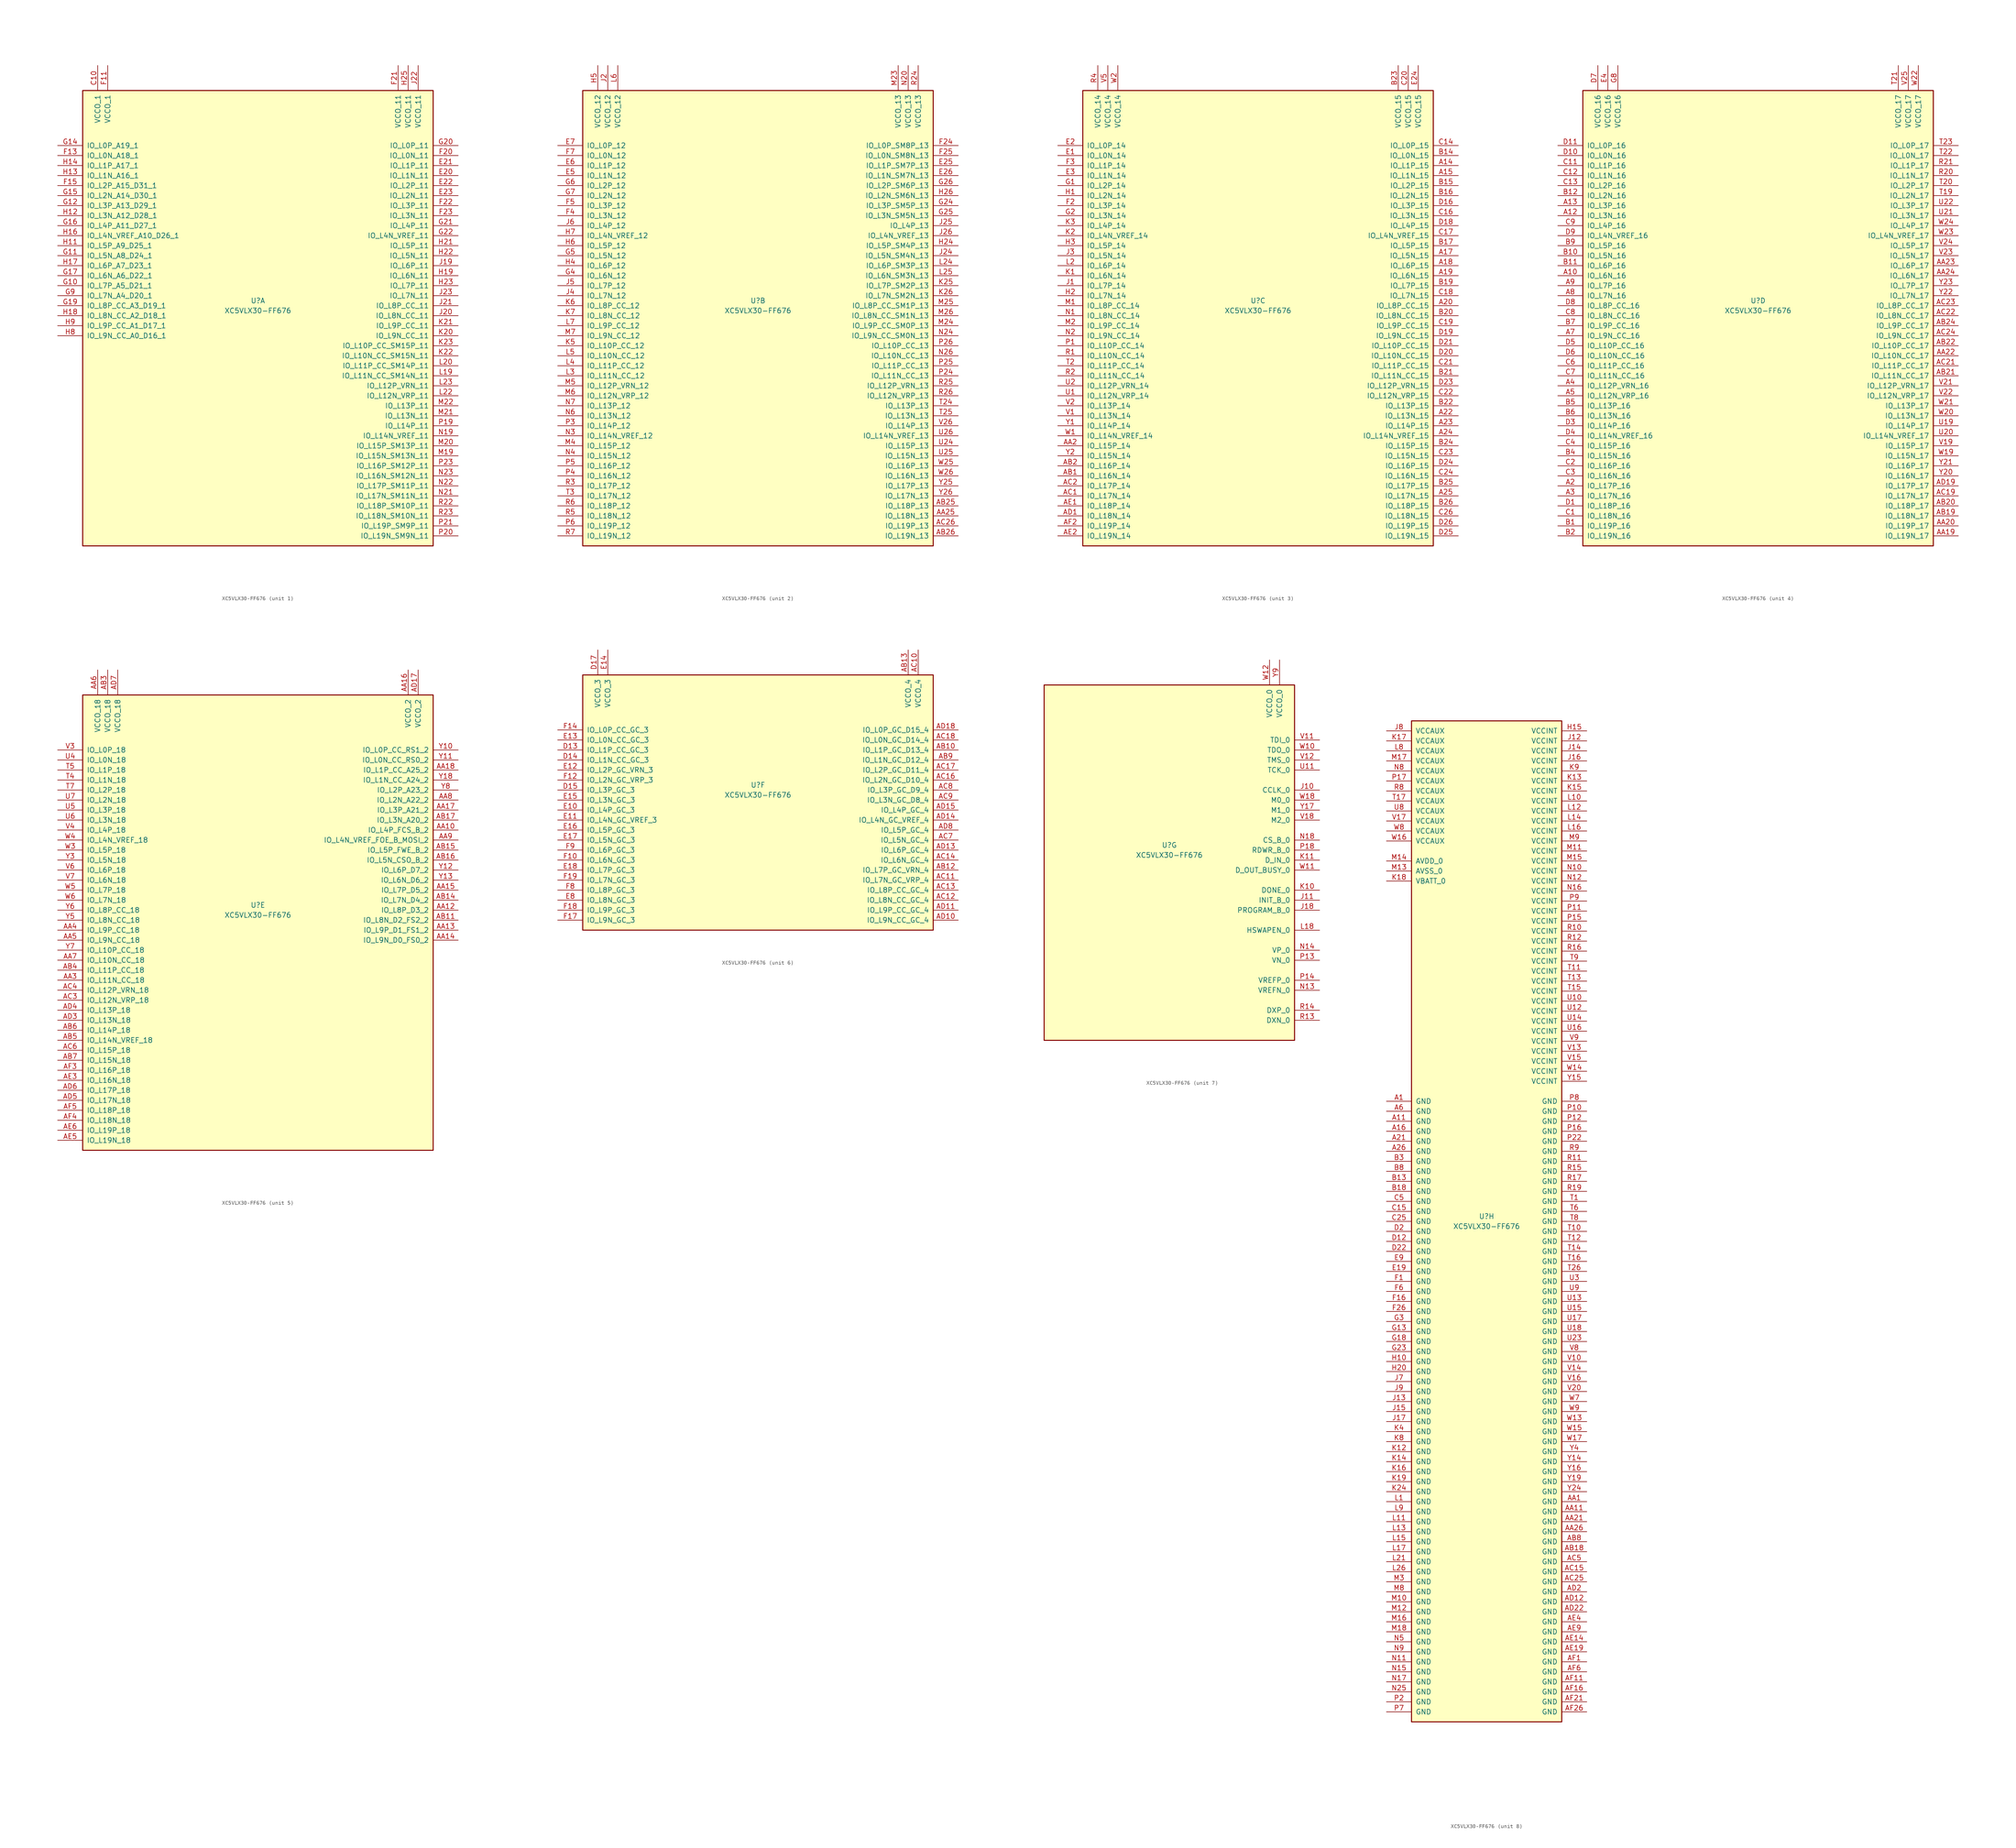
<source format=kicad_sym>
(kicad_symbol_lib
  (version 20211014)
  (generator kicad_symbol_editor)
  (symbol "XC5VLX30-FF676"
    (pin_names
      (offset 1.016))
    (property "Reference" "U"
      (at 0 1.27 0)
      (effects (font (size 1.27 1.27))))
    (property "Value" "XC5VLX30-FF676"
      (at 0 -1.27 0)
      (effects (font (size 1.27 1.27))))
    (property "Datasheet" ""
      (at 0 0 0)
      (effects (font (size 1.27 1.27))))
    (property "ki_locked" ""
      (at 0 0 0)
      (effects (font (size 1.27 1.27))))
    (symbol "XC5VLX30-FF676_1_1"
      (rectangle (start -44.45 54.61) (end 44.45 -60.96) (stroke (width 0.254) (type default) (color 0 0 0 0)) (fill (type background)))
      (pin power_in line (at -40.64 60.96 270) (length 6.35) (name "VCCO_1" (effects (font (size 1.27 1.27)))) (number "C10" (effects (font (size 1.27 1.27)))))
      (pin bidirectional line (at 50.8 33.02 180) (length 6.35) (name "IO_L1N_11" (effects (font (size 1.27 1.27)))) (number "E20" (effects (font (size 1.27 1.27)))))
      (pin bidirectional line (at 50.8 35.56 180) (length 6.35) (name "IO_L1P_11" (effects (font (size 1.27 1.27)))) (number "E21" (effects (font (size 1.27 1.27)))))
      (pin bidirectional line (at 50.8 30.48 180) (length 6.35) (name "IO_L2P_11" (effects (font (size 1.27 1.27)))) (number "E22" (effects (font (size 1.27 1.27)))))
      (pin bidirectional line (at 50.8 27.94 180) (length 6.35) (name "IO_L2N_11" (effects (font (size 1.27 1.27)))) (number "E23" (effects (font (size 1.27 1.27)))))
      (pin power_in line (at -38.1 60.96 270) (length 6.35) (name "VCCO_1" (effects (font (size 1.27 1.27)))) (number "F11" (effects (font (size 1.27 1.27)))))
      (pin bidirectional line (at -50.8 38.1 0) (length 6.35) (name "IO_L0N_A18_1" (effects (font (size 1.27 1.27)))) (number "F13" (effects (font (size 1.27 1.27)))))
      (pin bidirectional line (at -50.8 30.48 0) (length 6.35) (name "IO_L2P_A15_D31_1" (effects (font (size 1.27 1.27)))) (number "F15" (effects (font (size 1.27 1.27)))))
      (pin bidirectional line (at 50.8 38.1 180) (length 6.35) (name "IO_L0N_11" (effects (font (size 1.27 1.27)))) (number "F20" (effects (font (size 1.27 1.27)))))
      (pin power_in line (at 35.56 60.96 270) (length 6.35) (name "VCCO_11" (effects (font (size 1.27 1.27)))) (number "F21" (effects (font (size 1.27 1.27)))))
      (pin bidirectional line (at 50.8 25.4 180) (length 6.35) (name "IO_L3P_11" (effects (font (size 1.27 1.27)))) (number "F22" (effects (font (size 1.27 1.27)))))
      (pin bidirectional line (at 50.8 22.86 180) (length 6.35) (name "IO_L3N_11" (effects (font (size 1.27 1.27)))) (number "F23" (effects (font (size 1.27 1.27)))))
      (pin bidirectional line (at -50.8 5.08 0) (length 6.35) (name "IO_L7P_A5_D21_1" (effects (font (size 1.27 1.27)))) (number "G10" (effects (font (size 1.27 1.27)))))
      (pin bidirectional line (at -50.8 12.7 0) (length 6.35) (name "IO_L5N_A8_D24_1" (effects (font (size 1.27 1.27)))) (number "G11" (effects (font (size 1.27 1.27)))))
      (pin bidirectional line (at -50.8 25.4 0) (length 6.35) (name "IO_L3P_A13_D29_1" (effects (font (size 1.27 1.27)))) (number "G12" (effects (font (size 1.27 1.27)))))
      (pin bidirectional line (at -50.8 40.64 0) (length 6.35) (name "IO_L0P_A19_1" (effects (font (size 1.27 1.27)))) (number "G14" (effects (font (size 1.27 1.27)))))
      (pin bidirectional line (at -50.8 27.94 0) (length 6.35) (name "IO_L2N_A14_D30_1" (effects (font (size 1.27 1.27)))) (number "G15" (effects (font (size 1.27 1.27)))))
      (pin bidirectional line (at -50.8 20.32 0) (length 6.35) (name "IO_L4P_A11_D27_1" (effects (font (size 1.27 1.27)))) (number "G16" (effects (font (size 1.27 1.27)))))
      (pin bidirectional line (at -50.8 7.62 0) (length 6.35) (name "IO_L6N_A6_D22_1" (effects (font (size 1.27 1.27)))) (number "G17" (effects (font (size 1.27 1.27)))))
      (pin bidirectional line (at -50.8 0 0) (length 6.35) (name "IO_L8P_CC_A3_D19_1" (effects (font (size 1.27 1.27)))) (number "G19" (effects (font (size 1.27 1.27)))))
      (pin bidirectional line (at 50.8 40.64 180) (length 6.35) (name "IO_L0P_11" (effects (font (size 1.27 1.27)))) (number "G20" (effects (font (size 1.27 1.27)))))
      (pin bidirectional line (at 50.8 20.32 180) (length 6.35) (name "IO_L4P_11" (effects (font (size 1.27 1.27)))) (number "G21" (effects (font (size 1.27 1.27)))))
      (pin bidirectional line (at 50.8 17.78 180) (length 6.35) (name "IO_L4N_VREF_11" (effects (font (size 1.27 1.27)))) (number "G22" (effects (font (size 1.27 1.27)))))
      (pin bidirectional line (at -50.8 2.54 0) (length 6.35) (name "IO_L7N_A4_D20_1" (effects (font (size 1.27 1.27)))) (number "G9" (effects (font (size 1.27 1.27)))))
      (pin bidirectional line (at -50.8 15.24 0) (length 6.35) (name "IO_L5P_A9_D25_1" (effects (font (size 1.27 1.27)))) (number "H11" (effects (font (size 1.27 1.27)))))
      (pin bidirectional line (at -50.8 22.86 0) (length 6.35) (name "IO_L3N_A12_D28_1" (effects (font (size 1.27 1.27)))) (number "H12" (effects (font (size 1.27 1.27)))))
      (pin bidirectional line (at -50.8 33.02 0) (length 6.35) (name "IO_L1N_A16_1" (effects (font (size 1.27 1.27)))) (number "H13" (effects (font (size 1.27 1.27)))))
      (pin bidirectional line (at -50.8 35.56 0) (length 6.35) (name "IO_L1P_A17_1" (effects (font (size 1.27 1.27)))) (number "H14" (effects (font (size 1.27 1.27)))))
      (pin bidirectional line (at -50.8 17.78 0) (length 6.35) (name "IO_L4N_VREF_A10_D26_1" (effects (font (size 1.27 1.27)))) (number "H16" (effects (font (size 1.27 1.27)))))
      (pin bidirectional line (at -50.8 10.16 0) (length 6.35) (name "IO_L6P_A7_D23_1" (effects (font (size 1.27 1.27)))) (number "H17" (effects (font (size 1.27 1.27)))))
      (pin bidirectional line (at -50.8 -2.54 0) (length 6.35) (name "IO_L8N_CC_A2_D18_1" (effects (font (size 1.27 1.27)))) (number "H18" (effects (font (size 1.27 1.27)))))
      (pin bidirectional line (at 50.8 7.62 180) (length 6.35) (name "IO_L6N_11" (effects (font (size 1.27 1.27)))) (number "H19" (effects (font (size 1.27 1.27)))))
      (pin bidirectional line (at 50.8 15.24 180) (length 6.35) (name "IO_L5P_11" (effects (font (size 1.27 1.27)))) (number "H21" (effects (font (size 1.27 1.27)))))
      (pin bidirectional line (at 50.8 12.7 180) (length 6.35) (name "IO_L5N_11" (effects (font (size 1.27 1.27)))) (number "H22" (effects (font (size 1.27 1.27)))))
      (pin bidirectional line (at 50.8 5.08 180) (length 6.35) (name "IO_L7P_11" (effects (font (size 1.27 1.27)))) (number "H23" (effects (font (size 1.27 1.27)))))
      (pin power_in line (at 38.1 60.96 270) (length 6.35) (name "VCCO_11" (effects (font (size 1.27 1.27)))) (number "H25" (effects (font (size 1.27 1.27)))))
      (pin bidirectional line (at -50.8 -7.62 0) (length 6.35) (name "IO_L9N_CC_A0_D16_1" (effects (font (size 1.27 1.27)))) (number "H8" (effects (font (size 1.27 1.27)))))
      (pin bidirectional line (at -50.8 -5.08 0) (length 6.35) (name "IO_L9P_CC_A1_D17_1" (effects (font (size 1.27 1.27)))) (number "H9" (effects (font (size 1.27 1.27)))))
      (pin bidirectional line (at 50.8 10.16 180) (length 6.35) (name "IO_L6P_11" (effects (font (size 1.27 1.27)))) (number "J19" (effects (font (size 1.27 1.27)))))
      (pin bidirectional line (at 50.8 -2.54 180) (length 6.35) (name "IO_L8N_CC_11" (effects (font (size 1.27 1.27)))) (number "J20" (effects (font (size 1.27 1.27)))))
      (pin bidirectional line (at 50.8 0 180) (length 6.35) (name "IO_L8P_CC_11" (effects (font (size 1.27 1.27)))) (number "J21" (effects (font (size 1.27 1.27)))))
      (pin power_in line (at 40.64 60.96 270) (length 6.35) (name "VCCO_11" (effects (font (size 1.27 1.27)))) (number "J22" (effects (font (size 1.27 1.27)))))
      (pin bidirectional line (at 50.8 2.54 180) (length 6.35) (name "IO_L7N_11" (effects (font (size 1.27 1.27)))) (number "J23" (effects (font (size 1.27 1.27)))))
      (pin bidirectional line (at 50.8 -7.62 180) (length 6.35) (name "IO_L9N_CC_11" (effects (font (size 1.27 1.27)))) (number "K20" (effects (font (size 1.27 1.27)))))
      (pin bidirectional line (at 50.8 -5.08 180) (length 6.35) (name "IO_L9P_CC_11" (effects (font (size 1.27 1.27)))) (number "K21" (effects (font (size 1.27 1.27)))))
      (pin bidirectional line (at 50.8 -12.7 180) (length 6.35) (name "IO_L10N_CC_SM15N_11" (effects (font (size 1.27 1.27)))) (number "K22" (effects (font (size 1.27 1.27)))))
      (pin bidirectional line (at 50.8 -10.16 180) (length 6.35) (name "IO_L10P_CC_SM15P_11" (effects (font (size 1.27 1.27)))) (number "K23" (effects (font (size 1.27 1.27)))))
      (pin bidirectional line (at 50.8 -17.78 180) (length 6.35) (name "IO_L11N_CC_SM14N_11" (effects (font (size 1.27 1.27)))) (number "L19" (effects (font (size 1.27 1.27)))))
      (pin bidirectional line (at 50.8 -15.24 180) (length 6.35) (name "IO_L11P_CC_SM14P_11" (effects (font (size 1.27 1.27)))) (number "L20" (effects (font (size 1.27 1.27)))))
      (pin bidirectional line (at 50.8 -22.86 180) (length 6.35) (name "IO_L12N_VRP_11" (effects (font (size 1.27 1.27)))) (number "L22" (effects (font (size 1.27 1.27)))))
      (pin bidirectional line (at 50.8 -20.32 180) (length 6.35) (name "IO_L12P_VRN_11" (effects (font (size 1.27 1.27)))) (number "L23" (effects (font (size 1.27 1.27)))))
      (pin bidirectional line (at 50.8 -38.1 180) (length 6.35) (name "IO_L15N_SM13N_11" (effects (font (size 1.27 1.27)))) (number "M19" (effects (font (size 1.27 1.27)))))
      (pin bidirectional line (at 50.8 -35.56 180) (length 6.35) (name "IO_L15P_SM13P_11" (effects (font (size 1.27 1.27)))) (number "M20" (effects (font (size 1.27 1.27)))))
      (pin bidirectional line (at 50.8 -27.94 180) (length 6.35) (name "IO_L13N_11" (effects (font (size 1.27 1.27)))) (number "M21" (effects (font (size 1.27 1.27)))))
      (pin bidirectional line (at 50.8 -25.4 180) (length 6.35) (name "IO_L13P_11" (effects (font (size 1.27 1.27)))) (number "M22" (effects (font (size 1.27 1.27)))))
      (pin bidirectional line (at 50.8 -33.02 180) (length 6.35) (name "IO_L14N_VREF_11" (effects (font (size 1.27 1.27)))) (number "N19" (effects (font (size 1.27 1.27)))))
      (pin bidirectional line (at 50.8 -48.26 180) (length 6.35) (name "IO_L17N_SM11N_11" (effects (font (size 1.27 1.27)))) (number "N21" (effects (font (size 1.27 1.27)))))
      (pin bidirectional line (at 50.8 -45.72 180) (length 6.35) (name "IO_L17P_SM11P_11" (effects (font (size 1.27 1.27)))) (number "N22" (effects (font (size 1.27 1.27)))))
      (pin bidirectional line (at 50.8 -43.18 180) (length 6.35) (name "IO_L16N_SM12N_11" (effects (font (size 1.27 1.27)))) (number "N23" (effects (font (size 1.27 1.27)))))
      (pin bidirectional line (at 50.8 -30.48 180) (length 6.35) (name "IO_L14P_11" (effects (font (size 1.27 1.27)))) (number "P19" (effects (font (size 1.27 1.27)))))
      (pin bidirectional line (at 50.8 -58.42 180) (length 6.35) (name "IO_L19N_SM9N_11" (effects (font (size 1.27 1.27)))) (number "P20" (effects (font (size 1.27 1.27)))))
      (pin bidirectional line (at 50.8 -55.88 180) (length 6.35) (name "IO_L19P_SM9P_11" (effects (font (size 1.27 1.27)))) (number "P21" (effects (font (size 1.27 1.27)))))
      (pin bidirectional line (at 50.8 -40.64 180) (length 6.35) (name "IO_L16P_SM12P_11" (effects (font (size 1.27 1.27)))) (number "P23" (effects (font (size 1.27 1.27)))))
      (pin bidirectional line (at 50.8 -50.8 180) (length 6.35) (name "IO_L18P_SM10P_11" (effects (font (size 1.27 1.27)))) (number "R22" (effects (font (size 1.27 1.27)))))
      (pin bidirectional line (at 50.8 -53.34 180) (length 6.35) (name "IO_L18N_SM10N_11" (effects (font (size 1.27 1.27)))) (number "R23" (effects (font (size 1.27 1.27))))))
    (symbol "XC5VLX30-FF676_2_1"
      (rectangle (start -44.45 54.61) (end 44.45 -60.96) (stroke (width 0.254) (type default) (color 0 0 0 0)) (fill (type background)))
      (pin bidirectional line (at 50.8 -53.34 180) (length 6.35) (name "IO_L18N_13" (effects (font (size 1.27 1.27)))) (number "AA25" (effects (font (size 1.27 1.27)))))
      (pin bidirectional line (at 50.8 -50.8 180) (length 6.35) (name "IO_L18P_13" (effects (font (size 1.27 1.27)))) (number "AB25" (effects (font (size 1.27 1.27)))))
      (pin bidirectional line (at 50.8 -58.42 180) (length 6.35) (name "IO_L19N_13" (effects (font (size 1.27 1.27)))) (number "AB26" (effects (font (size 1.27 1.27)))))
      (pin bidirectional line (at 50.8 -55.88 180) (length 6.35) (name "IO_L19P_13" (effects (font (size 1.27 1.27)))) (number "AC26" (effects (font (size 1.27 1.27)))))
      (pin bidirectional line (at 50.8 35.56 180) (length 6.35) (name "IO_L1P_SM7P_13" (effects (font (size 1.27 1.27)))) (number "E25" (effects (font (size 1.27 1.27)))))
      (pin bidirectional line (at 50.8 33.02 180) (length 6.35) (name "IO_L1N_SM7N_13" (effects (font (size 1.27 1.27)))) (number "E26" (effects (font (size 1.27 1.27)))))
      (pin bidirectional line (at -50.8 33.02 0) (length 6.35) (name "IO_L1N_12" (effects (font (size 1.27 1.27)))) (number "E5" (effects (font (size 1.27 1.27)))))
      (pin bidirectional line (at -50.8 35.56 0) (length 6.35) (name "IO_L1P_12" (effects (font (size 1.27 1.27)))) (number "E6" (effects (font (size 1.27 1.27)))))
      (pin bidirectional line (at -50.8 40.64 0) (length 6.35) (name "IO_L0P_12" (effects (font (size 1.27 1.27)))) (number "E7" (effects (font (size 1.27 1.27)))))
      (pin bidirectional line (at 50.8 40.64 180) (length 6.35) (name "IO_L0P_SM8P_13" (effects (font (size 1.27 1.27)))) (number "F24" (effects (font (size 1.27 1.27)))))
      (pin bidirectional line (at 50.8 38.1 180) (length 6.35) (name "IO_L0N_SM8N_13" (effects (font (size 1.27 1.27)))) (number "F25" (effects (font (size 1.27 1.27)))))
      (pin bidirectional line (at -50.8 22.86 0) (length 6.35) (name "IO_L3N_12" (effects (font (size 1.27 1.27)))) (number "F4" (effects (font (size 1.27 1.27)))))
      (pin bidirectional line (at -50.8 25.4 0) (length 6.35) (name "IO_L3P_12" (effects (font (size 1.27 1.27)))) (number "F5" (effects (font (size 1.27 1.27)))))
      (pin bidirectional line (at -50.8 38.1 0) (length 6.35) (name "IO_L0N_12" (effects (font (size 1.27 1.27)))) (number "F7" (effects (font (size 1.27 1.27)))))
      (pin bidirectional line (at 50.8 25.4 180) (length 6.35) (name "IO_L3P_SM5P_13" (effects (font (size 1.27 1.27)))) (number "G24" (effects (font (size 1.27 1.27)))))
      (pin bidirectional line (at 50.8 22.86 180) (length 6.35) (name "IO_L3N_SM5N_13" (effects (font (size 1.27 1.27)))) (number "G25" (effects (font (size 1.27 1.27)))))
      (pin bidirectional line (at 50.8 30.48 180) (length 6.35) (name "IO_L2P_SM6P_13" (effects (font (size 1.27 1.27)))) (number "G26" (effects (font (size 1.27 1.27)))))
      (pin bidirectional line (at -50.8 7.62 0) (length 6.35) (name "IO_L6N_12" (effects (font (size 1.27 1.27)))) (number "G4" (effects (font (size 1.27 1.27)))))
      (pin bidirectional line (at -50.8 12.7 0) (length 6.35) (name "IO_L5N_12" (effects (font (size 1.27 1.27)))) (number "G5" (effects (font (size 1.27 1.27)))))
      (pin bidirectional line (at -50.8 30.48 0) (length 6.35) (name "IO_L2P_12" (effects (font (size 1.27 1.27)))) (number "G6" (effects (font (size 1.27 1.27)))))
      (pin bidirectional line (at -50.8 27.94 0) (length 6.35) (name "IO_L2N_12" (effects (font (size 1.27 1.27)))) (number "G7" (effects (font (size 1.27 1.27)))))
      (pin bidirectional line (at 50.8 15.24 180) (length 6.35) (name "IO_L5P_SM4P_13" (effects (font (size 1.27 1.27)))) (number "H24" (effects (font (size 1.27 1.27)))))
      (pin bidirectional line (at 50.8 27.94 180) (length 6.35) (name "IO_L2N_SM6N_13" (effects (font (size 1.27 1.27)))) (number "H26" (effects (font (size 1.27 1.27)))))
      (pin bidirectional line (at -50.8 10.16 0) (length 6.35) (name "IO_L6P_12" (effects (font (size 1.27 1.27)))) (number "H4" (effects (font (size 1.27 1.27)))))
      (pin power_in line (at -40.64 60.96 270) (length 6.35) (name "VCCO_12" (effects (font (size 1.27 1.27)))) (number "H5" (effects (font (size 1.27 1.27)))))
      (pin bidirectional line (at -50.8 15.24 0) (length 6.35) (name "IO_L5P_12" (effects (font (size 1.27 1.27)))) (number "H6" (effects (font (size 1.27 1.27)))))
      (pin bidirectional line (at -50.8 17.78 0) (length 6.35) (name "IO_L4N_VREF_12" (effects (font (size 1.27 1.27)))) (number "H7" (effects (font (size 1.27 1.27)))))
      (pin power_in line (at -38.1 60.96 270) (length 6.35) (name "VCCO_12" (effects (font (size 1.27 1.27)))) (number "J2" (effects (font (size 1.27 1.27)))))
      (pin bidirectional line (at 50.8 12.7 180) (length 6.35) (name "IO_L5N_SM4N_13" (effects (font (size 1.27 1.27)))) (number "J24" (effects (font (size 1.27 1.27)))))
      (pin bidirectional line (at 50.8 20.32 180) (length 6.35) (name "IO_L4P_13" (effects (font (size 1.27 1.27)))) (number "J25" (effects (font (size 1.27 1.27)))))
      (pin bidirectional line (at 50.8 17.78 180) (length 6.35) (name "IO_L4N_VREF_13" (effects (font (size 1.27 1.27)))) (number "J26" (effects (font (size 1.27 1.27)))))
      (pin bidirectional line (at -50.8 2.54 0) (length 6.35) (name "IO_L7N_12" (effects (font (size 1.27 1.27)))) (number "J4" (effects (font (size 1.27 1.27)))))
      (pin bidirectional line (at -50.8 5.08 0) (length 6.35) (name "IO_L7P_12" (effects (font (size 1.27 1.27)))) (number "J5" (effects (font (size 1.27 1.27)))))
      (pin bidirectional line (at -50.8 20.32 0) (length 6.35) (name "IO_L4P_12" (effects (font (size 1.27 1.27)))) (number "J6" (effects (font (size 1.27 1.27)))))
      (pin bidirectional line (at 50.8 5.08 180) (length 6.35) (name "IO_L7P_SM2P_13" (effects (font (size 1.27 1.27)))) (number "K25" (effects (font (size 1.27 1.27)))))
      (pin bidirectional line (at 50.8 2.54 180) (length 6.35) (name "IO_L7N_SM2N_13" (effects (font (size 1.27 1.27)))) (number "K26" (effects (font (size 1.27 1.27)))))
      (pin bidirectional line (at -50.8 -10.16 0) (length 6.35) (name "IO_L10P_CC_12" (effects (font (size 1.27 1.27)))) (number "K5" (effects (font (size 1.27 1.27)))))
      (pin bidirectional line (at -50.8 0 0) (length 6.35) (name "IO_L8P_CC_12" (effects (font (size 1.27 1.27)))) (number "K6" (effects (font (size 1.27 1.27)))))
      (pin bidirectional line (at -50.8 -2.54 0) (length 6.35) (name "IO_L8N_CC_12" (effects (font (size 1.27 1.27)))) (number "K7" (effects (font (size 1.27 1.27)))))
      (pin bidirectional line (at 50.8 10.16 180) (length 6.35) (name "IO_L6P_SM3P_13" (effects (font (size 1.27 1.27)))) (number "L24" (effects (font (size 1.27 1.27)))))
      (pin bidirectional line (at 50.8 7.62 180) (length 6.35) (name "IO_L6N_SM3N_13" (effects (font (size 1.27 1.27)))) (number "L25" (effects (font (size 1.27 1.27)))))
      (pin bidirectional line (at -50.8 -17.78 0) (length 6.35) (name "IO_L11N_CC_12" (effects (font (size 1.27 1.27)))) (number "L3" (effects (font (size 1.27 1.27)))))
      (pin bidirectional line (at -50.8 -15.24 0) (length 6.35) (name "IO_L11P_CC_12" (effects (font (size 1.27 1.27)))) (number "L4" (effects (font (size 1.27 1.27)))))
      (pin bidirectional line (at -50.8 -12.7 0) (length 6.35) (name "IO_L10N_CC_12" (effects (font (size 1.27 1.27)))) (number "L5" (effects (font (size 1.27 1.27)))))
      (pin power_in line (at -35.56 60.96 270) (length 6.35) (name "VCCO_12" (effects (font (size 1.27 1.27)))) (number "L6" (effects (font (size 1.27 1.27)))))
      (pin bidirectional line (at -50.8 -5.08 0) (length 6.35) (name "IO_L9P_CC_12" (effects (font (size 1.27 1.27)))) (number "L7" (effects (font (size 1.27 1.27)))))
      (pin power_in line (at 35.56 60.96 270) (length 6.35) (name "VCCO_13" (effects (font (size 1.27 1.27)))) (number "M23" (effects (font (size 1.27 1.27)))))
      (pin bidirectional line (at 50.8 -5.08 180) (length 6.35) (name "IO_L9P_CC_SM0P_13" (effects (font (size 1.27 1.27)))) (number "M24" (effects (font (size 1.27 1.27)))))
      (pin bidirectional line (at 50.8 0 180) (length 6.35) (name "IO_L8P_CC_SM1P_13" (effects (font (size 1.27 1.27)))) (number "M25" (effects (font (size 1.27 1.27)))))
      (pin bidirectional line (at 50.8 -2.54 180) (length 6.35) (name "IO_L8N_CC_SM1N_13" (effects (font (size 1.27 1.27)))) (number "M26" (effects (font (size 1.27 1.27)))))
      (pin bidirectional line (at -50.8 -35.56 0) (length 6.35) (name "IO_L15P_12" (effects (font (size 1.27 1.27)))) (number "M4" (effects (font (size 1.27 1.27)))))
      (pin bidirectional line (at -50.8 -20.32 0) (length 6.35) (name "IO_L12P_VRN_12" (effects (font (size 1.27 1.27)))) (number "M5" (effects (font (size 1.27 1.27)))))
      (pin bidirectional line (at -50.8 -22.86 0) (length 6.35) (name "IO_L12N_VRP_12" (effects (font (size 1.27 1.27)))) (number "M6" (effects (font (size 1.27 1.27)))))
      (pin bidirectional line (at -50.8 -7.62 0) (length 6.35) (name "IO_L9N_CC_12" (effects (font (size 1.27 1.27)))) (number "M7" (effects (font (size 1.27 1.27)))))
      (pin power_in line (at 38.1 60.96 270) (length 6.35) (name "VCCO_13" (effects (font (size 1.27 1.27)))) (number "N20" (effects (font (size 1.27 1.27)))))
      (pin bidirectional line (at 50.8 -7.62 180) (length 6.35) (name "IO_L9N_CC_SM0N_13" (effects (font (size 1.27 1.27)))) (number "N24" (effects (font (size 1.27 1.27)))))
      (pin bidirectional line (at 50.8 -12.7 180) (length 6.35) (name "IO_L10N_CC_13" (effects (font (size 1.27 1.27)))) (number "N26" (effects (font (size 1.27 1.27)))))
      (pin bidirectional line (at -50.8 -33.02 0) (length 6.35) (name "IO_L14N_VREF_12" (effects (font (size 1.27 1.27)))) (number "N3" (effects (font (size 1.27 1.27)))))
      (pin bidirectional line (at -50.8 -38.1 0) (length 6.35) (name "IO_L15N_12" (effects (font (size 1.27 1.27)))) (number "N4" (effects (font (size 1.27 1.27)))))
      (pin bidirectional line (at -50.8 -27.94 0) (length 6.35) (name "IO_L13N_12" (effects (font (size 1.27 1.27)))) (number "N6" (effects (font (size 1.27 1.27)))))
      (pin bidirectional line (at -50.8 -25.4 0) (length 6.35) (name "IO_L13P_12" (effects (font (size 1.27 1.27)))) (number "N7" (effects (font (size 1.27 1.27)))))
      (pin bidirectional line (at 50.8 -17.78 180) (length 6.35) (name "IO_L11N_CC_13" (effects (font (size 1.27 1.27)))) (number "P24" (effects (font (size 1.27 1.27)))))
      (pin bidirectional line (at 50.8 -15.24 180) (length 6.35) (name "IO_L11P_CC_13" (effects (font (size 1.27 1.27)))) (number "P25" (effects (font (size 1.27 1.27)))))
      (pin bidirectional line (at 50.8 -10.16 180) (length 6.35) (name "IO_L10P_CC_13" (effects (font (size 1.27 1.27)))) (number "P26" (effects (font (size 1.27 1.27)))))
      (pin bidirectional line (at -50.8 -30.48 0) (length 6.35) (name "IO_L14P_12" (effects (font (size 1.27 1.27)))) (number "P3" (effects (font (size 1.27 1.27)))))
      (pin bidirectional line (at -50.8 -43.18 0) (length 6.35) (name "IO_L16N_12" (effects (font (size 1.27 1.27)))) (number "P4" (effects (font (size 1.27 1.27)))))
      (pin bidirectional line (at -50.8 -40.64 0) (length 6.35) (name "IO_L16P_12" (effects (font (size 1.27 1.27)))) (number "P5" (effects (font (size 1.27 1.27)))))
      (pin bidirectional line (at -50.8 -55.88 0) (length 6.35) (name "IO_L19P_12" (effects (font (size 1.27 1.27)))) (number "P6" (effects (font (size 1.27 1.27)))))
      (pin power_in line (at 40.64 60.96 270) (length 6.35) (name "VCCO_13" (effects (font (size 1.27 1.27)))) (number "R24" (effects (font (size 1.27 1.27)))))
      (pin bidirectional line (at 50.8 -20.32 180) (length 6.35) (name "IO_L12P_VRN_13" (effects (font (size 1.27 1.27)))) (number "R25" (effects (font (size 1.27 1.27)))))
      (pin bidirectional line (at 50.8 -22.86 180) (length 6.35) (name "IO_L12N_VRP_13" (effects (font (size 1.27 1.27)))) (number "R26" (effects (font (size 1.27 1.27)))))
      (pin bidirectional line (at -50.8 -45.72 0) (length 6.35) (name "IO_L17P_12" (effects (font (size 1.27 1.27)))) (number "R3" (effects (font (size 1.27 1.27)))))
      (pin bidirectional line (at -50.8 -53.34 0) (length 6.35) (name "IO_L18N_12" (effects (font (size 1.27 1.27)))) (number "R5" (effects (font (size 1.27 1.27)))))
      (pin bidirectional line (at -50.8 -50.8 0) (length 6.35) (name "IO_L18P_12" (effects (font (size 1.27 1.27)))) (number "R6" (effects (font (size 1.27 1.27)))))
      (pin bidirectional line (at -50.8 -58.42 0) (length 6.35) (name "IO_L19N_12" (effects (font (size 1.27 1.27)))) (number "R7" (effects (font (size 1.27 1.27)))))
      (pin bidirectional line (at 50.8 -25.4 180) (length 6.35) (name "IO_L13P_13" (effects (font (size 1.27 1.27)))) (number "T24" (effects (font (size 1.27 1.27)))))
      (pin bidirectional line (at 50.8 -27.94 180) (length 6.35) (name "IO_L13N_13" (effects (font (size 1.27 1.27)))) (number "T25" (effects (font (size 1.27 1.27)))))
      (pin bidirectional line (at -50.8 -48.26 0) (length 6.35) (name "IO_L17N_12" (effects (font (size 1.27 1.27)))) (number "T3" (effects (font (size 1.27 1.27)))))
      (pin bidirectional line (at 50.8 -35.56 180) (length 6.35) (name "IO_L15P_13" (effects (font (size 1.27 1.27)))) (number "U24" (effects (font (size 1.27 1.27)))))
      (pin bidirectional line (at 50.8 -38.1 180) (length 6.35) (name "IO_L15N_13" (effects (font (size 1.27 1.27)))) (number "U25" (effects (font (size 1.27 1.27)))))
      (pin bidirectional line (at 50.8 -33.02 180) (length 6.35) (name "IO_L14N_VREF_13" (effects (font (size 1.27 1.27)))) (number "U26" (effects (font (size 1.27 1.27)))))
      (pin bidirectional line (at 50.8 -30.48 180) (length 6.35) (name "IO_L14P_13" (effects (font (size 1.27 1.27)))) (number "V26" (effects (font (size 1.27 1.27)))))
      (pin bidirectional line (at 50.8 -40.64 180) (length 6.35) (name "IO_L16P_13" (effects (font (size 1.27 1.27)))) (number "W25" (effects (font (size 1.27 1.27)))))
      (pin bidirectional line (at 50.8 -43.18 180) (length 6.35) (name "IO_L16N_13" (effects (font (size 1.27 1.27)))) (number "W26" (effects (font (size 1.27 1.27)))))
      (pin bidirectional line (at 50.8 -45.72 180) (length 6.35) (name "IO_L17P_13" (effects (font (size 1.27 1.27)))) (number "Y25" (effects (font (size 1.27 1.27)))))
      (pin bidirectional line (at 50.8 -48.26 180) (length 6.35) (name "IO_L17N_13" (effects (font (size 1.27 1.27)))) (number "Y26" (effects (font (size 1.27 1.27))))))
    (symbol "XC5VLX30-FF676_3_1"
      (rectangle (start -44.45 54.61) (end 44.45 -60.96) (stroke (width 0.254) (type default) (color 0 0 0 0)) (fill (type background)))
      (pin bidirectional line (at 50.8 35.56 180) (length 6.35) (name "IO_L1P_15" (effects (font (size 1.27 1.27)))) (number "A14" (effects (font (size 1.27 1.27)))))
      (pin bidirectional line (at 50.8 33.02 180) (length 6.35) (name "IO_L1N_15" (effects (font (size 1.27 1.27)))) (number "A15" (effects (font (size 1.27 1.27)))))
      (pin bidirectional line (at 50.8 12.7 180) (length 6.35) (name "IO_L5N_15" (effects (font (size 1.27 1.27)))) (number "A17" (effects (font (size 1.27 1.27)))))
      (pin bidirectional line (at 50.8 10.16 180) (length 6.35) (name "IO_L6P_15" (effects (font (size 1.27 1.27)))) (number "A18" (effects (font (size 1.27 1.27)))))
      (pin bidirectional line (at 50.8 7.62 180) (length 6.35) (name "IO_L6N_15" (effects (font (size 1.27 1.27)))) (number "A19" (effects (font (size 1.27 1.27)))))
      (pin bidirectional line (at 50.8 0 180) (length 6.35) (name "IO_L8P_CC_15" (effects (font (size 1.27 1.27)))) (number "A20" (effects (font (size 1.27 1.27)))))
      (pin bidirectional line (at 50.8 -27.94 180) (length 6.35) (name "IO_L13N_15" (effects (font (size 1.27 1.27)))) (number "A22" (effects (font (size 1.27 1.27)))))
      (pin bidirectional line (at 50.8 -30.48 180) (length 6.35) (name "IO_L14P_15" (effects (font (size 1.27 1.27)))) (number "A23" (effects (font (size 1.27 1.27)))))
      (pin bidirectional line (at 50.8 -33.02 180) (length 6.35) (name "IO_L14N_VREF_15" (effects (font (size 1.27 1.27)))) (number "A24" (effects (font (size 1.27 1.27)))))
      (pin bidirectional line (at 50.8 -48.26 180) (length 6.35) (name "IO_L17N_15" (effects (font (size 1.27 1.27)))) (number "A25" (effects (font (size 1.27 1.27)))))
      (pin bidirectional line (at -50.8 -35.56 0) (length 6.35) (name "IO_L15P_14" (effects (font (size 1.27 1.27)))) (number "AA2" (effects (font (size 1.27 1.27)))))
      (pin bidirectional line (at -50.8 -43.18 0) (length 6.35) (name "IO_L16N_14" (effects (font (size 1.27 1.27)))) (number "AB1" (effects (font (size 1.27 1.27)))))
      (pin bidirectional line (at -50.8 -40.64 0) (length 6.35) (name "IO_L16P_14" (effects (font (size 1.27 1.27)))) (number "AB2" (effects (font (size 1.27 1.27)))))
      (pin bidirectional line (at -50.8 -48.26 0) (length 6.35) (name "IO_L17N_14" (effects (font (size 1.27 1.27)))) (number "AC1" (effects (font (size 1.27 1.27)))))
      (pin bidirectional line (at -50.8 -45.72 0) (length 6.35) (name "IO_L17P_14" (effects (font (size 1.27 1.27)))) (number "AC2" (effects (font (size 1.27 1.27)))))
      (pin bidirectional line (at -50.8 -53.34 0) (length 6.35) (name "IO_L18N_14" (effects (font (size 1.27 1.27)))) (number "AD1" (effects (font (size 1.27 1.27)))))
      (pin bidirectional line (at -50.8 -50.8 0) (length 6.35) (name "IO_L18P_14" (effects (font (size 1.27 1.27)))) (number "AE1" (effects (font (size 1.27 1.27)))))
      (pin bidirectional line (at -50.8 -58.42 0) (length 6.35) (name "IO_L19N_14" (effects (font (size 1.27 1.27)))) (number "AE2" (effects (font (size 1.27 1.27)))))
      (pin bidirectional line (at -50.8 -55.88 0) (length 6.35) (name "IO_L19P_14" (effects (font (size 1.27 1.27)))) (number "AF2" (effects (font (size 1.27 1.27)))))
      (pin bidirectional line (at 50.8 38.1 180) (length 6.35) (name "IO_L0N_15" (effects (font (size 1.27 1.27)))) (number "B14" (effects (font (size 1.27 1.27)))))
      (pin bidirectional line (at 50.8 30.48 180) (length 6.35) (name "IO_L2P_15" (effects (font (size 1.27 1.27)))) (number "B15" (effects (font (size 1.27 1.27)))))
      (pin bidirectional line (at 50.8 27.94 180) (length 6.35) (name "IO_L2N_15" (effects (font (size 1.27 1.27)))) (number "B16" (effects (font (size 1.27 1.27)))))
      (pin bidirectional line (at 50.8 15.24 180) (length 6.35) (name "IO_L5P_15" (effects (font (size 1.27 1.27)))) (number "B17" (effects (font (size 1.27 1.27)))))
      (pin bidirectional line (at 50.8 5.08 180) (length 6.35) (name "IO_L7P_15" (effects (font (size 1.27 1.27)))) (number "B19" (effects (font (size 1.27 1.27)))))
      (pin bidirectional line (at 50.8 -2.54 180) (length 6.35) (name "IO_L8N_CC_15" (effects (font (size 1.27 1.27)))) (number "B20" (effects (font (size 1.27 1.27)))))
      (pin bidirectional line (at 50.8 -17.78 180) (length 6.35) (name "IO_L11N_CC_15" (effects (font (size 1.27 1.27)))) (number "B21" (effects (font (size 1.27 1.27)))))
      (pin bidirectional line (at 50.8 -25.4 180) (length 6.35) (name "IO_L13P_15" (effects (font (size 1.27 1.27)))) (number "B22" (effects (font (size 1.27 1.27)))))
      (pin power_in line (at 35.56 60.96 270) (length 6.35) (name "VCCO_15" (effects (font (size 1.27 1.27)))) (number "B23" (effects (font (size 1.27 1.27)))))
      (pin bidirectional line (at 50.8 -35.56 180) (length 6.35) (name "IO_L15P_15" (effects (font (size 1.27 1.27)))) (number "B24" (effects (font (size 1.27 1.27)))))
      (pin bidirectional line (at 50.8 -45.72 180) (length 6.35) (name "IO_L17P_15" (effects (font (size 1.27 1.27)))) (number "B25" (effects (font (size 1.27 1.27)))))
      (pin bidirectional line (at 50.8 -50.8 180) (length 6.35) (name "IO_L18P_15" (effects (font (size 1.27 1.27)))) (number "B26" (effects (font (size 1.27 1.27)))))
      (pin bidirectional line (at 50.8 40.64 180) (length 6.35) (name "IO_L0P_15" (effects (font (size 1.27 1.27)))) (number "C14" (effects (font (size 1.27 1.27)))))
      (pin bidirectional line (at 50.8 22.86 180) (length 6.35) (name "IO_L3N_15" (effects (font (size 1.27 1.27)))) (number "C16" (effects (font (size 1.27 1.27)))))
      (pin bidirectional line (at 50.8 17.78 180) (length 6.35) (name "IO_L4N_VREF_15" (effects (font (size 1.27 1.27)))) (number "C17" (effects (font (size 1.27 1.27)))))
      (pin bidirectional line (at 50.8 2.54 180) (length 6.35) (name "IO_L7N_15" (effects (font (size 1.27 1.27)))) (number "C18" (effects (font (size 1.27 1.27)))))
      (pin bidirectional line (at 50.8 -5.08 180) (length 6.35) (name "IO_L9P_CC_15" (effects (font (size 1.27 1.27)))) (number "C19" (effects (font (size 1.27 1.27)))))
      (pin power_in line (at 38.1 60.96 270) (length 6.35) (name "VCCO_15" (effects (font (size 1.27 1.27)))) (number "C20" (effects (font (size 1.27 1.27)))))
      (pin bidirectional line (at 50.8 -15.24 180) (length 6.35) (name "IO_L11P_CC_15" (effects (font (size 1.27 1.27)))) (number "C21" (effects (font (size 1.27 1.27)))))
      (pin bidirectional line (at 50.8 -22.86 180) (length 6.35) (name "IO_L12N_VRP_15" (effects (font (size 1.27 1.27)))) (number "C22" (effects (font (size 1.27 1.27)))))
      (pin bidirectional line (at 50.8 -38.1 180) (length 6.35) (name "IO_L15N_15" (effects (font (size 1.27 1.27)))) (number "C23" (effects (font (size 1.27 1.27)))))
      (pin bidirectional line (at 50.8 -43.18 180) (length 6.35) (name "IO_L16N_15" (effects (font (size 1.27 1.27)))) (number "C24" (effects (font (size 1.27 1.27)))))
      (pin bidirectional line (at 50.8 -53.34 180) (length 6.35) (name "IO_L18N_15" (effects (font (size 1.27 1.27)))) (number "C26" (effects (font (size 1.27 1.27)))))
      (pin bidirectional line (at 50.8 25.4 180) (length 6.35) (name "IO_L3P_15" (effects (font (size 1.27 1.27)))) (number "D16" (effects (font (size 1.27 1.27)))))
      (pin bidirectional line (at 50.8 20.32 180) (length 6.35) (name "IO_L4P_15" (effects (font (size 1.27 1.27)))) (number "D18" (effects (font (size 1.27 1.27)))))
      (pin bidirectional line (at 50.8 -7.62 180) (length 6.35) (name "IO_L9N_CC_15" (effects (font (size 1.27 1.27)))) (number "D19" (effects (font (size 1.27 1.27)))))
      (pin bidirectional line (at 50.8 -12.7 180) (length 6.35) (name "IO_L10N_CC_15" (effects (font (size 1.27 1.27)))) (number "D20" (effects (font (size 1.27 1.27)))))
      (pin bidirectional line (at 50.8 -10.16 180) (length 6.35) (name "IO_L10P_CC_15" (effects (font (size 1.27 1.27)))) (number "D21" (effects (font (size 1.27 1.27)))))
      (pin bidirectional line (at 50.8 -20.32 180) (length 6.35) (name "IO_L12P_VRN_15" (effects (font (size 1.27 1.27)))) (number "D23" (effects (font (size 1.27 1.27)))))
      (pin bidirectional line (at 50.8 -40.64 180) (length 6.35) (name "IO_L16P_15" (effects (font (size 1.27 1.27)))) (number "D24" (effects (font (size 1.27 1.27)))))
      (pin bidirectional line (at 50.8 -58.42 180) (length 6.35) (name "IO_L19N_15" (effects (font (size 1.27 1.27)))) (number "D25" (effects (font (size 1.27 1.27)))))
      (pin bidirectional line (at 50.8 -55.88 180) (length 6.35) (name "IO_L19P_15" (effects (font (size 1.27 1.27)))) (number "D26" (effects (font (size 1.27 1.27)))))
      (pin bidirectional line (at -50.8 38.1 0) (length 6.35) (name "IO_L0N_14" (effects (font (size 1.27 1.27)))) (number "E1" (effects (font (size 1.27 1.27)))))
      (pin bidirectional line (at -50.8 40.64 0) (length 6.35) (name "IO_L0P_14" (effects (font (size 1.27 1.27)))) (number "E2" (effects (font (size 1.27 1.27)))))
      (pin power_in line (at 40.64 60.96 270) (length 6.35) (name "VCCO_15" (effects (font (size 1.27 1.27)))) (number "E24" (effects (font (size 1.27 1.27)))))
      (pin bidirectional line (at -50.8 33.02 0) (length 6.35) (name "IO_L1N_14" (effects (font (size 1.27 1.27)))) (number "E3" (effects (font (size 1.27 1.27)))))
      (pin bidirectional line (at -50.8 25.4 0) (length 6.35) (name "IO_L3P_14" (effects (font (size 1.27 1.27)))) (number "F2" (effects (font (size 1.27 1.27)))))
      (pin bidirectional line (at -50.8 35.56 0) (length 6.35) (name "IO_L1P_14" (effects (font (size 1.27 1.27)))) (number "F3" (effects (font (size 1.27 1.27)))))
      (pin bidirectional line (at -50.8 30.48 0) (length 6.35) (name "IO_L2P_14" (effects (font (size 1.27 1.27)))) (number "G1" (effects (font (size 1.27 1.27)))))
      (pin bidirectional line (at -50.8 22.86 0) (length 6.35) (name "IO_L3N_14" (effects (font (size 1.27 1.27)))) (number "G2" (effects (font (size 1.27 1.27)))))
      (pin bidirectional line (at -50.8 27.94 0) (length 6.35) (name "IO_L2N_14" (effects (font (size 1.27 1.27)))) (number "H1" (effects (font (size 1.27 1.27)))))
      (pin bidirectional line (at -50.8 2.54 0) (length 6.35) (name "IO_L7N_14" (effects (font (size 1.27 1.27)))) (number "H2" (effects (font (size 1.27 1.27)))))
      (pin bidirectional line (at -50.8 15.24 0) (length 6.35) (name "IO_L5P_14" (effects (font (size 1.27 1.27)))) (number "H3" (effects (font (size 1.27 1.27)))))
      (pin bidirectional line (at -50.8 5.08 0) (length 6.35) (name "IO_L7P_14" (effects (font (size 1.27 1.27)))) (number "J1" (effects (font (size 1.27 1.27)))))
      (pin bidirectional line (at -50.8 12.7 0) (length 6.35) (name "IO_L5N_14" (effects (font (size 1.27 1.27)))) (number "J3" (effects (font (size 1.27 1.27)))))
      (pin bidirectional line (at -50.8 7.62 0) (length 6.35) (name "IO_L6N_14" (effects (font (size 1.27 1.27)))) (number "K1" (effects (font (size 1.27 1.27)))))
      (pin bidirectional line (at -50.8 17.78 0) (length 6.35) (name "IO_L4N_VREF_14" (effects (font (size 1.27 1.27)))) (number "K2" (effects (font (size 1.27 1.27)))))
      (pin bidirectional line (at -50.8 20.32 0) (length 6.35) (name "IO_L4P_14" (effects (font (size 1.27 1.27)))) (number "K3" (effects (font (size 1.27 1.27)))))
      (pin bidirectional line (at -50.8 10.16 0) (length 6.35) (name "IO_L6P_14" (effects (font (size 1.27 1.27)))) (number "L2" (effects (font (size 1.27 1.27)))))
      (pin bidirectional line (at -50.8 0 0) (length 6.35) (name "IO_L8P_CC_14" (effects (font (size 1.27 1.27)))) (number "M1" (effects (font (size 1.27 1.27)))))
      (pin bidirectional line (at -50.8 -5.08 0) (length 6.35) (name "IO_L9P_CC_14" (effects (font (size 1.27 1.27)))) (number "M2" (effects (font (size 1.27 1.27)))))
      (pin bidirectional line (at -50.8 -2.54 0) (length 6.35) (name "IO_L8N_CC_14" (effects (font (size 1.27 1.27)))) (number "N1" (effects (font (size 1.27 1.27)))))
      (pin bidirectional line (at -50.8 -7.62 0) (length 6.35) (name "IO_L9N_CC_14" (effects (font (size 1.27 1.27)))) (number "N2" (effects (font (size 1.27 1.27)))))
      (pin bidirectional line (at -50.8 -10.16 0) (length 6.35) (name "IO_L10P_CC_14" (effects (font (size 1.27 1.27)))) (number "P1" (effects (font (size 1.27 1.27)))))
      (pin bidirectional line (at -50.8 -12.7 0) (length 6.35) (name "IO_L10N_CC_14" (effects (font (size 1.27 1.27)))) (number "R1" (effects (font (size 1.27 1.27)))))
      (pin bidirectional line (at -50.8 -17.78 0) (length 6.35) (name "IO_L11N_CC_14" (effects (font (size 1.27 1.27)))) (number "R2" (effects (font (size 1.27 1.27)))))
      (pin power_in line (at -40.64 60.96 270) (length 6.35) (name "VCCO_14" (effects (font (size 1.27 1.27)))) (number "R4" (effects (font (size 1.27 1.27)))))
      (pin bidirectional line (at -50.8 -15.24 0) (length 6.35) (name "IO_L11P_CC_14" (effects (font (size 1.27 1.27)))) (number "T2" (effects (font (size 1.27 1.27)))))
      (pin bidirectional line (at -50.8 -22.86 0) (length 6.35) (name "IO_L12N_VRP_14" (effects (font (size 1.27 1.27)))) (number "U1" (effects (font (size 1.27 1.27)))))
      (pin bidirectional line (at -50.8 -20.32 0) (length 6.35) (name "IO_L12P_VRN_14" (effects (font (size 1.27 1.27)))) (number "U2" (effects (font (size 1.27 1.27)))))
      (pin bidirectional line (at -50.8 -27.94 0) (length 6.35) (name "IO_L13N_14" (effects (font (size 1.27 1.27)))) (number "V1" (effects (font (size 1.27 1.27)))))
      (pin bidirectional line (at -50.8 -25.4 0) (length 6.35) (name "IO_L13P_14" (effects (font (size 1.27 1.27)))) (number "V2" (effects (font (size 1.27 1.27)))))
      (pin power_in line (at -38.1 60.96 270) (length 6.35) (name "VCCO_14" (effects (font (size 1.27 1.27)))) (number "V5" (effects (font (size 1.27 1.27)))))
      (pin bidirectional line (at -50.8 -33.02 0) (length 6.35) (name "IO_L14N_VREF_14" (effects (font (size 1.27 1.27)))) (number "W1" (effects (font (size 1.27 1.27)))))
      (pin power_in line (at -35.56 60.96 270) (length 6.35) (name "VCCO_14" (effects (font (size 1.27 1.27)))) (number "W2" (effects (font (size 1.27 1.27)))))
      (pin bidirectional line (at -50.8 -30.48 0) (length 6.35) (name "IO_L14P_14" (effects (font (size 1.27 1.27)))) (number "Y1" (effects (font (size 1.27 1.27)))))
      (pin bidirectional line (at -50.8 -38.1 0) (length 6.35) (name "IO_L15N_14" (effects (font (size 1.27 1.27)))) (number "Y2" (effects (font (size 1.27 1.27))))))
    (symbol "XC5VLX30-FF676_4_1"
      (rectangle (start -44.45 54.61) (end 44.45 -60.96) (stroke (width 0.254) (type default) (color 0 0 0 0)) (fill (type background)))
      (pin bidirectional line (at -50.8 7.62 0) (length 6.35) (name "IO_L6N_16" (effects (font (size 1.27 1.27)))) (number "A10" (effects (font (size 1.27 1.27)))))
      (pin bidirectional line (at -50.8 22.86 0) (length 6.35) (name "IO_L3N_16" (effects (font (size 1.27 1.27)))) (number "A12" (effects (font (size 1.27 1.27)))))
      (pin bidirectional line (at -50.8 25.4 0) (length 6.35) (name "IO_L3P_16" (effects (font (size 1.27 1.27)))) (number "A13" (effects (font (size 1.27 1.27)))))
      (pin bidirectional line (at -50.8 -45.72 0) (length 6.35) (name "IO_L17P_16" (effects (font (size 1.27 1.27)))) (number "A2" (effects (font (size 1.27 1.27)))))
      (pin bidirectional line (at -50.8 -48.26 0) (length 6.35) (name "IO_L17N_16" (effects (font (size 1.27 1.27)))) (number "A3" (effects (font (size 1.27 1.27)))))
      (pin bidirectional line (at -50.8 -20.32 0) (length 6.35) (name "IO_L12P_VRN_16" (effects (font (size 1.27 1.27)))) (number "A4" (effects (font (size 1.27 1.27)))))
      (pin bidirectional line (at -50.8 -22.86 0) (length 6.35) (name "IO_L12N_VRP_16" (effects (font (size 1.27 1.27)))) (number "A5" (effects (font (size 1.27 1.27)))))
      (pin bidirectional line (at -50.8 -7.62 0) (length 6.35) (name "IO_L9N_CC_16" (effects (font (size 1.27 1.27)))) (number "A7" (effects (font (size 1.27 1.27)))))
      (pin bidirectional line (at -50.8 2.54 0) (length 6.35) (name "IO_L7N_16" (effects (font (size 1.27 1.27)))) (number "A8" (effects (font (size 1.27 1.27)))))
      (pin bidirectional line (at -50.8 5.08 0) (length 6.35) (name "IO_L7P_16" (effects (font (size 1.27 1.27)))) (number "A9" (effects (font (size 1.27 1.27)))))
      (pin bidirectional line (at 50.8 -58.42 180) (length 6.35) (name "IO_L19N_17" (effects (font (size 1.27 1.27)))) (number "AA19" (effects (font (size 1.27 1.27)))))
      (pin bidirectional line (at 50.8 -55.88 180) (length 6.35) (name "IO_L19P_17" (effects (font (size 1.27 1.27)))) (number "AA20" (effects (font (size 1.27 1.27)))))
      (pin bidirectional line (at 50.8 -12.7 180) (length 6.35) (name "IO_L10N_CC_17" (effects (font (size 1.27 1.27)))) (number "AA22" (effects (font (size 1.27 1.27)))))
      (pin bidirectional line (at 50.8 10.16 180) (length 6.35) (name "IO_L6P_17" (effects (font (size 1.27 1.27)))) (number "AA23" (effects (font (size 1.27 1.27)))))
      (pin bidirectional line (at 50.8 7.62 180) (length 6.35) (name "IO_L6N_17" (effects (font (size 1.27 1.27)))) (number "AA24" (effects (font (size 1.27 1.27)))))
      (pin bidirectional line (at 50.8 -53.34 180) (length 6.35) (name "IO_L18N_17" (effects (font (size 1.27 1.27)))) (number "AB19" (effects (font (size 1.27 1.27)))))
      (pin bidirectional line (at 50.8 -50.8 180) (length 6.35) (name "IO_L18P_17" (effects (font (size 1.27 1.27)))) (number "AB20" (effects (font (size 1.27 1.27)))))
      (pin bidirectional line (at 50.8 -17.78 180) (length 6.35) (name "IO_L11N_CC_17" (effects (font (size 1.27 1.27)))) (number "AB21" (effects (font (size 1.27 1.27)))))
      (pin bidirectional line (at 50.8 -10.16 180) (length 6.35) (name "IO_L10P_CC_17" (effects (font (size 1.27 1.27)))) (number "AB22" (effects (font (size 1.27 1.27)))))
      (pin bidirectional line (at 50.8 -5.08 180) (length 6.35) (name "IO_L9P_CC_17" (effects (font (size 1.27 1.27)))) (number "AB24" (effects (font (size 1.27 1.27)))))
      (pin bidirectional line (at 50.8 -48.26 180) (length 6.35) (name "IO_L17N_17" (effects (font (size 1.27 1.27)))) (number "AC19" (effects (font (size 1.27 1.27)))))
      (pin bidirectional line (at 50.8 -15.24 180) (length 6.35) (name "IO_L11P_CC_17" (effects (font (size 1.27 1.27)))) (number "AC21" (effects (font (size 1.27 1.27)))))
      (pin bidirectional line (at 50.8 -2.54 180) (length 6.35) (name "IO_L8N_CC_17" (effects (font (size 1.27 1.27)))) (number "AC22" (effects (font (size 1.27 1.27)))))
      (pin bidirectional line (at 50.8 0 180) (length 6.35) (name "IO_L8P_CC_17" (effects (font (size 1.27 1.27)))) (number "AC23" (effects (font (size 1.27 1.27)))))
      (pin bidirectional line (at 50.8 -7.62 180) (length 6.35) (name "IO_L9N_CC_17" (effects (font (size 1.27 1.27)))) (number "AC24" (effects (font (size 1.27 1.27)))))
      (pin bidirectional line (at 50.8 -45.72 180) (length 6.35) (name "IO_L17P_17" (effects (font (size 1.27 1.27)))) (number "AD19" (effects (font (size 1.27 1.27)))))
      (pin bidirectional line (at -50.8 -55.88 0) (length 6.35) (name "IO_L19P_16" (effects (font (size 1.27 1.27)))) (number "B1" (effects (font (size 1.27 1.27)))))
      (pin bidirectional line (at -50.8 12.7 0) (length 6.35) (name "IO_L5N_16" (effects (font (size 1.27 1.27)))) (number "B10" (effects (font (size 1.27 1.27)))))
      (pin bidirectional line (at -50.8 10.16 0) (length 6.35) (name "IO_L6P_16" (effects (font (size 1.27 1.27)))) (number "B11" (effects (font (size 1.27 1.27)))))
      (pin bidirectional line (at -50.8 27.94 0) (length 6.35) (name "IO_L2N_16" (effects (font (size 1.27 1.27)))) (number "B12" (effects (font (size 1.27 1.27)))))
      (pin bidirectional line (at -50.8 -58.42 0) (length 6.35) (name "IO_L19N_16" (effects (font (size 1.27 1.27)))) (number "B2" (effects (font (size 1.27 1.27)))))
      (pin bidirectional line (at -50.8 -38.1 0) (length 6.35) (name "IO_L15N_16" (effects (font (size 1.27 1.27)))) (number "B4" (effects (font (size 1.27 1.27)))))
      (pin bidirectional line (at -50.8 -25.4 0) (length 6.35) (name "IO_L13P_16" (effects (font (size 1.27 1.27)))) (number "B5" (effects (font (size 1.27 1.27)))))
      (pin bidirectional line (at -50.8 -27.94 0) (length 6.35) (name "IO_L13N_16" (effects (font (size 1.27 1.27)))) (number "B6" (effects (font (size 1.27 1.27)))))
      (pin bidirectional line (at -50.8 -5.08 0) (length 6.35) (name "IO_L9P_CC_16" (effects (font (size 1.27 1.27)))) (number "B7" (effects (font (size 1.27 1.27)))))
      (pin bidirectional line (at -50.8 15.24 0) (length 6.35) (name "IO_L5P_16" (effects (font (size 1.27 1.27)))) (number "B9" (effects (font (size 1.27 1.27)))))
      (pin bidirectional line (at -50.8 -53.34 0) (length 6.35) (name "IO_L18N_16" (effects (font (size 1.27 1.27)))) (number "C1" (effects (font (size 1.27 1.27)))))
      (pin bidirectional line (at -50.8 35.56 0) (length 6.35) (name "IO_L1P_16" (effects (font (size 1.27 1.27)))) (number "C11" (effects (font (size 1.27 1.27)))))
      (pin bidirectional line (at -50.8 33.02 0) (length 6.35) (name "IO_L1N_16" (effects (font (size 1.27 1.27)))) (number "C12" (effects (font (size 1.27 1.27)))))
      (pin bidirectional line (at -50.8 30.48 0) (length 6.35) (name "IO_L2P_16" (effects (font (size 1.27 1.27)))) (number "C13" (effects (font (size 1.27 1.27)))))
      (pin bidirectional line (at -50.8 -40.64 0) (length 6.35) (name "IO_L16P_16" (effects (font (size 1.27 1.27)))) (number "C2" (effects (font (size 1.27 1.27)))))
      (pin bidirectional line (at -50.8 -43.18 0) (length 6.35) (name "IO_L16N_16" (effects (font (size 1.27 1.27)))) (number "C3" (effects (font (size 1.27 1.27)))))
      (pin bidirectional line (at -50.8 -35.56 0) (length 6.35) (name "IO_L15P_16" (effects (font (size 1.27 1.27)))) (number "C4" (effects (font (size 1.27 1.27)))))
      (pin bidirectional line (at -50.8 -15.24 0) (length 6.35) (name "IO_L11P_CC_16" (effects (font (size 1.27 1.27)))) (number "C6" (effects (font (size 1.27 1.27)))))
      (pin bidirectional line (at -50.8 -17.78 0) (length 6.35) (name "IO_L11N_CC_16" (effects (font (size 1.27 1.27)))) (number "C7" (effects (font (size 1.27 1.27)))))
      (pin bidirectional line (at -50.8 -2.54 0) (length 6.35) (name "IO_L8N_CC_16" (effects (font (size 1.27 1.27)))) (number "C8" (effects (font (size 1.27 1.27)))))
      (pin bidirectional line (at -50.8 20.32 0) (length 6.35) (name "IO_L4P_16" (effects (font (size 1.27 1.27)))) (number "C9" (effects (font (size 1.27 1.27)))))
      (pin bidirectional line (at -50.8 -50.8 0) (length 6.35) (name "IO_L18P_16" (effects (font (size 1.27 1.27)))) (number "D1" (effects (font (size 1.27 1.27)))))
      (pin bidirectional line (at -50.8 38.1 0) (length 6.35) (name "IO_L0N_16" (effects (font (size 1.27 1.27)))) (number "D10" (effects (font (size 1.27 1.27)))))
      (pin bidirectional line (at -50.8 40.64 0) (length 6.35) (name "IO_L0P_16" (effects (font (size 1.27 1.27)))) (number "D11" (effects (font (size 1.27 1.27)))))
      (pin bidirectional line (at -50.8 -30.48 0) (length 6.35) (name "IO_L14P_16" (effects (font (size 1.27 1.27)))) (number "D3" (effects (font (size 1.27 1.27)))))
      (pin bidirectional line (at -50.8 -33.02 0) (length 6.35) (name "IO_L14N_VREF_16" (effects (font (size 1.27 1.27)))) (number "D4" (effects (font (size 1.27 1.27)))))
      (pin bidirectional line (at -50.8 -10.16 0) (length 6.35) (name "IO_L10P_CC_16" (effects (font (size 1.27 1.27)))) (number "D5" (effects (font (size 1.27 1.27)))))
      (pin bidirectional line (at -50.8 -12.7 0) (length 6.35) (name "IO_L10N_CC_16" (effects (font (size 1.27 1.27)))) (number "D6" (effects (font (size 1.27 1.27)))))
      (pin power_in line (at -40.64 60.96 270) (length 6.35) (name "VCCO_16" (effects (font (size 1.27 1.27)))) (number "D7" (effects (font (size 1.27 1.27)))))
      (pin bidirectional line (at -50.8 0 0) (length 6.35) (name "IO_L8P_CC_16" (effects (font (size 1.27 1.27)))) (number "D8" (effects (font (size 1.27 1.27)))))
      (pin bidirectional line (at -50.8 17.78 0) (length 6.35) (name "IO_L4N_VREF_16" (effects (font (size 1.27 1.27)))) (number "D9" (effects (font (size 1.27 1.27)))))
      (pin power_in line (at -38.1 60.96 270) (length 6.35) (name "VCCO_16" (effects (font (size 1.27 1.27)))) (number "E4" (effects (font (size 1.27 1.27)))))
      (pin power_in line (at -35.56 60.96 270) (length 6.35) (name "VCCO_16" (effects (font (size 1.27 1.27)))) (number "G8" (effects (font (size 1.27 1.27)))))
      (pin bidirectional line (at 50.8 33.02 180) (length 6.35) (name "IO_L1N_17" (effects (font (size 1.27 1.27)))) (number "R20" (effects (font (size 1.27 1.27)))))
      (pin bidirectional line (at 50.8 35.56 180) (length 6.35) (name "IO_L1P_17" (effects (font (size 1.27 1.27)))) (number "R21" (effects (font (size 1.27 1.27)))))
      (pin bidirectional line (at 50.8 27.94 180) (length 6.35) (name "IO_L2N_17" (effects (font (size 1.27 1.27)))) (number "T19" (effects (font (size 1.27 1.27)))))
      (pin bidirectional line (at 50.8 30.48 180) (length 6.35) (name "IO_L2P_17" (effects (font (size 1.27 1.27)))) (number "T20" (effects (font (size 1.27 1.27)))))
      (pin power_in line (at 35.56 60.96 270) (length 6.35) (name "VCCO_17" (effects (font (size 1.27 1.27)))) (number "T21" (effects (font (size 1.27 1.27)))))
      (pin bidirectional line (at 50.8 38.1 180) (length 6.35) (name "IO_L0N_17" (effects (font (size 1.27 1.27)))) (number "T22" (effects (font (size 1.27 1.27)))))
      (pin bidirectional line (at 50.8 40.64 180) (length 6.35) (name "IO_L0P_17" (effects (font (size 1.27 1.27)))) (number "T23" (effects (font (size 1.27 1.27)))))
      (pin bidirectional line (at 50.8 -30.48 180) (length 6.35) (name "IO_L14P_17" (effects (font (size 1.27 1.27)))) (number "U19" (effects (font (size 1.27 1.27)))))
      (pin bidirectional line (at 50.8 -33.02 180) (length 6.35) (name "IO_L14N_VREF_17" (effects (font (size 1.27 1.27)))) (number "U20" (effects (font (size 1.27 1.27)))))
      (pin bidirectional line (at 50.8 22.86 180) (length 6.35) (name "IO_L3N_17" (effects (font (size 1.27 1.27)))) (number "U21" (effects (font (size 1.27 1.27)))))
      (pin bidirectional line (at 50.8 25.4 180) (length 6.35) (name "IO_L3P_17" (effects (font (size 1.27 1.27)))) (number "U22" (effects (font (size 1.27 1.27)))))
      (pin bidirectional line (at 50.8 -35.56 180) (length 6.35) (name "IO_L15P_17" (effects (font (size 1.27 1.27)))) (number "V19" (effects (font (size 1.27 1.27)))))
      (pin bidirectional line (at 50.8 -20.32 180) (length 6.35) (name "IO_L12P_VRN_17" (effects (font (size 1.27 1.27)))) (number "V21" (effects (font (size 1.27 1.27)))))
      (pin bidirectional line (at 50.8 -22.86 180) (length 6.35) (name "IO_L12N_VRP_17" (effects (font (size 1.27 1.27)))) (number "V22" (effects (font (size 1.27 1.27)))))
      (pin bidirectional line (at 50.8 12.7 180) (length 6.35) (name "IO_L5N_17" (effects (font (size 1.27 1.27)))) (number "V23" (effects (font (size 1.27 1.27)))))
      (pin bidirectional line (at 50.8 15.24 180) (length 6.35) (name "IO_L5P_17" (effects (font (size 1.27 1.27)))) (number "V24" (effects (font (size 1.27 1.27)))))
      (pin power_in line (at 38.1 60.96 270) (length 6.35) (name "VCCO_17" (effects (font (size 1.27 1.27)))) (number "V25" (effects (font (size 1.27 1.27)))))
      (pin bidirectional line (at 50.8 -38.1 180) (length 6.35) (name "IO_L15N_17" (effects (font (size 1.27 1.27)))) (number "W19" (effects (font (size 1.27 1.27)))))
      (pin bidirectional line (at 50.8 -27.94 180) (length 6.35) (name "IO_L13N_17" (effects (font (size 1.27 1.27)))) (number "W20" (effects (font (size 1.27 1.27)))))
      (pin bidirectional line (at 50.8 -25.4 180) (length 6.35) (name "IO_L13P_17" (effects (font (size 1.27 1.27)))) (number "W21" (effects (font (size 1.27 1.27)))))
      (pin power_in line (at 40.64 60.96 270) (length 6.35) (name "VCCO_17" (effects (font (size 1.27 1.27)))) (number "W22" (effects (font (size 1.27 1.27)))))
      (pin bidirectional line (at 50.8 17.78 180) (length 6.35) (name "IO_L4N_VREF_17" (effects (font (size 1.27 1.27)))) (number "W23" (effects (font (size 1.27 1.27)))))
      (pin bidirectional line (at 50.8 20.32 180) (length 6.35) (name "IO_L4P_17" (effects (font (size 1.27 1.27)))) (number "W24" (effects (font (size 1.27 1.27)))))
      (pin bidirectional line (at 50.8 -43.18 180) (length 6.35) (name "IO_L16N_17" (effects (font (size 1.27 1.27)))) (number "Y20" (effects (font (size 1.27 1.27)))))
      (pin bidirectional line (at 50.8 -40.64 180) (length 6.35) (name "IO_L16P_17" (effects (font (size 1.27 1.27)))) (number "Y21" (effects (font (size 1.27 1.27)))))
      (pin bidirectional line (at 50.8 2.54 180) (length 6.35) (name "IO_L7N_17" (effects (font (size 1.27 1.27)))) (number "Y22" (effects (font (size 1.27 1.27)))))
      (pin bidirectional line (at 50.8 5.08 180) (length 6.35) (name "IO_L7P_17" (effects (font (size 1.27 1.27)))) (number "Y23" (effects (font (size 1.27 1.27))))))
    (symbol "XC5VLX30-FF676_5_1"
      (rectangle (start -44.45 54.61) (end 44.45 -60.96) (stroke (width 0.254) (type default) (color 0 0 0 0)) (fill (type background)))
      (pin bidirectional line (at 50.8 20.32 180) (length 6.35) (name "IO_L4P_FCS_B_2" (effects (font (size 1.27 1.27)))) (number "AA10" (effects (font (size 1.27 1.27)))))
      (pin bidirectional line (at 50.8 0 180) (length 6.35) (name "IO_L8P_D3_2" (effects (font (size 1.27 1.27)))) (number "AA12" (effects (font (size 1.27 1.27)))))
      (pin bidirectional line (at 50.8 -5.08 180) (length 6.35) (name "IO_L9P_D1_FS1_2" (effects (font (size 1.27 1.27)))) (number "AA13" (effects (font (size 1.27 1.27)))))
      (pin bidirectional line (at 50.8 -7.62 180) (length 6.35) (name "IO_L9N_D0_FS0_2" (effects (font (size 1.27 1.27)))) (number "AA14" (effects (font (size 1.27 1.27)))))
      (pin bidirectional line (at 50.8 5.08 180) (length 6.35) (name "IO_L7P_D5_2" (effects (font (size 1.27 1.27)))) (number "AA15" (effects (font (size 1.27 1.27)))))
      (pin power_in line (at 38.1 60.96 270) (length 6.35) (name "VCCO_2" (effects (font (size 1.27 1.27)))) (number "AA16" (effects (font (size 1.27 1.27)))))
      (pin bidirectional line (at 50.8 25.4 180) (length 6.35) (name "IO_L3P_A21_2" (effects (font (size 1.27 1.27)))) (number "AA17" (effects (font (size 1.27 1.27)))))
      (pin bidirectional line (at 50.8 35.56 180) (length 6.35) (name "IO_L1P_CC_A25_2" (effects (font (size 1.27 1.27)))) (number "AA18" (effects (font (size 1.27 1.27)))))
      (pin bidirectional line (at -50.8 -17.78 0) (length 6.35) (name "IO_L11N_CC_18" (effects (font (size 1.27 1.27)))) (number "AA3" (effects (font (size 1.27 1.27)))))
      (pin bidirectional line (at -50.8 -5.08 0) (length 6.35) (name "IO_L9P_CC_18" (effects (font (size 1.27 1.27)))) (number "AA4" (effects (font (size 1.27 1.27)))))
      (pin bidirectional line (at -50.8 -7.62 0) (length 6.35) (name "IO_L9N_CC_18" (effects (font (size 1.27 1.27)))) (number "AA5" (effects (font (size 1.27 1.27)))))
      (pin power_in line (at -40.64 60.96 270) (length 6.35) (name "VCCO_18" (effects (font (size 1.27 1.27)))) (number "AA6" (effects (font (size 1.27 1.27)))))
      (pin bidirectional line (at -50.8 -12.7 0) (length 6.35) (name "IO_L10N_CC_18" (effects (font (size 1.27 1.27)))) (number "AA7" (effects (font (size 1.27 1.27)))))
      (pin bidirectional line (at 50.8 27.94 180) (length 6.35) (name "IO_L2N_A22_2" (effects (font (size 1.27 1.27)))) (number "AA8" (effects (font (size 1.27 1.27)))))
      (pin bidirectional line (at 50.8 17.78 180) (length 6.35) (name "IO_L4N_VREF_FOE_B_MOSI_2" (effects (font (size 1.27 1.27)))) (number "AA9" (effects (font (size 1.27 1.27)))))
      (pin bidirectional line (at 50.8 -2.54 180) (length 6.35) (name "IO_L8N_D2_FS2_2" (effects (font (size 1.27 1.27)))) (number "AB11" (effects (font (size 1.27 1.27)))))
      (pin bidirectional line (at 50.8 2.54 180) (length 6.35) (name "IO_L7N_D4_2" (effects (font (size 1.27 1.27)))) (number "AB14" (effects (font (size 1.27 1.27)))))
      (pin bidirectional line (at 50.8 15.24 180) (length 6.35) (name "IO_L5P_FWE_B_2" (effects (font (size 1.27 1.27)))) (number "AB15" (effects (font (size 1.27 1.27)))))
      (pin bidirectional line (at 50.8 12.7 180) (length 6.35) (name "IO_L5N_CSO_B_2" (effects (font (size 1.27 1.27)))) (number "AB16" (effects (font (size 1.27 1.27)))))
      (pin bidirectional line (at 50.8 22.86 180) (length 6.35) (name "IO_L3N_A20_2" (effects (font (size 1.27 1.27)))) (number "AB17" (effects (font (size 1.27 1.27)))))
      (pin power_in line (at -38.1 60.96 270) (length 6.35) (name "VCCO_18" (effects (font (size 1.27 1.27)))) (number "AB3" (effects (font (size 1.27 1.27)))))
      (pin bidirectional line (at -50.8 -15.24 0) (length 6.35) (name "IO_L11P_CC_18" (effects (font (size 1.27 1.27)))) (number "AB4" (effects (font (size 1.27 1.27)))))
      (pin bidirectional line (at -50.8 -33.02 0) (length 6.35) (name "IO_L14N_VREF_18" (effects (font (size 1.27 1.27)))) (number "AB5" (effects (font (size 1.27 1.27)))))
      (pin bidirectional line (at -50.8 -30.48 0) (length 6.35) (name "IO_L14P_18" (effects (font (size 1.27 1.27)))) (number "AB6" (effects (font (size 1.27 1.27)))))
      (pin bidirectional line (at -50.8 -38.1 0) (length 6.35) (name "IO_L15N_18" (effects (font (size 1.27 1.27)))) (number "AB7" (effects (font (size 1.27 1.27)))))
      (pin bidirectional line (at -50.8 -22.86 0) (length 6.35) (name "IO_L12N_VRP_18" (effects (font (size 1.27 1.27)))) (number "AC3" (effects (font (size 1.27 1.27)))))
      (pin bidirectional line (at -50.8 -20.32 0) (length 6.35) (name "IO_L12P_VRN_18" (effects (font (size 1.27 1.27)))) (number "AC4" (effects (font (size 1.27 1.27)))))
      (pin bidirectional line (at -50.8 -35.56 0) (length 6.35) (name "IO_L15P_18" (effects (font (size 1.27 1.27)))) (number "AC6" (effects (font (size 1.27 1.27)))))
      (pin power_in line (at 40.64 60.96 270) (length 6.35) (name "VCCO_2" (effects (font (size 1.27 1.27)))) (number "AD17" (effects (font (size 1.27 1.27)))))
      (pin bidirectional line (at -50.8 -27.94 0) (length 6.35) (name "IO_L13N_18" (effects (font (size 1.27 1.27)))) (number "AD3" (effects (font (size 1.27 1.27)))))
      (pin bidirectional line (at -50.8 -25.4 0) (length 6.35) (name "IO_L13P_18" (effects (font (size 1.27 1.27)))) (number "AD4" (effects (font (size 1.27 1.27)))))
      (pin bidirectional line (at -50.8 -48.26 0) (length 6.35) (name "IO_L17N_18" (effects (font (size 1.27 1.27)))) (number "AD5" (effects (font (size 1.27 1.27)))))
      (pin bidirectional line (at -50.8 -45.72 0) (length 6.35) (name "IO_L17P_18" (effects (font (size 1.27 1.27)))) (number "AD6" (effects (font (size 1.27 1.27)))))
      (pin power_in line (at -35.56 60.96 270) (length 6.35) (name "VCCO_18" (effects (font (size 1.27 1.27)))) (number "AD7" (effects (font (size 1.27 1.27)))))
      (pin bidirectional line (at -50.8 -43.18 0) (length 6.35) (name "IO_L16N_18" (effects (font (size 1.27 1.27)))) (number "AE3" (effects (font (size 1.27 1.27)))))
      (pin bidirectional line (at -50.8 -58.42 0) (length 6.35) (name "IO_L19N_18" (effects (font (size 1.27 1.27)))) (number "AE5" (effects (font (size 1.27 1.27)))))
      (pin bidirectional line (at -50.8 -55.88 0) (length 6.35) (name "IO_L19P_18" (effects (font (size 1.27 1.27)))) (number "AE6" (effects (font (size 1.27 1.27)))))
      (pin bidirectional line (at -50.8 -40.64 0) (length 6.35) (name "IO_L16P_18" (effects (font (size 1.27 1.27)))) (number "AF3" (effects (font (size 1.27 1.27)))))
      (pin bidirectional line (at -50.8 -53.34 0) (length 6.35) (name "IO_L18N_18" (effects (font (size 1.27 1.27)))) (number "AF4" (effects (font (size 1.27 1.27)))))
      (pin bidirectional line (at -50.8 -50.8 0) (length 6.35) (name "IO_L18P_18" (effects (font (size 1.27 1.27)))) (number "AF5" (effects (font (size 1.27 1.27)))))
      (pin bidirectional line (at -50.8 33.02 0) (length 6.35) (name "IO_L1N_18" (effects (font (size 1.27 1.27)))) (number "T4" (effects (font (size 1.27 1.27)))))
      (pin bidirectional line (at -50.8 35.56 0) (length 6.35) (name "IO_L1P_18" (effects (font (size 1.27 1.27)))) (number "T5" (effects (font (size 1.27 1.27)))))
      (pin bidirectional line (at -50.8 30.48 0) (length 6.35) (name "IO_L2P_18" (effects (font (size 1.27 1.27)))) (number "T7" (effects (font (size 1.27 1.27)))))
      (pin bidirectional line (at -50.8 38.1 0) (length 6.35) (name "IO_L0N_18" (effects (font (size 1.27 1.27)))) (number "U4" (effects (font (size 1.27 1.27)))))
      (pin bidirectional line (at -50.8 25.4 0) (length 6.35) (name "IO_L3P_18" (effects (font (size 1.27 1.27)))) (number "U5" (effects (font (size 1.27 1.27)))))
      (pin bidirectional line (at -50.8 22.86 0) (length 6.35) (name "IO_L3N_18" (effects (font (size 1.27 1.27)))) (number "U6" (effects (font (size 1.27 1.27)))))
      (pin bidirectional line (at -50.8 27.94 0) (length 6.35) (name "IO_L2N_18" (effects (font (size 1.27 1.27)))) (number "U7" (effects (font (size 1.27 1.27)))))
      (pin bidirectional line (at -50.8 40.64 0) (length 6.35) (name "IO_L0P_18" (effects (font (size 1.27 1.27)))) (number "V3" (effects (font (size 1.27 1.27)))))
      (pin bidirectional line (at -50.8 20.32 0) (length 6.35) (name "IO_L4P_18" (effects (font (size 1.27 1.27)))) (number "V4" (effects (font (size 1.27 1.27)))))
      (pin bidirectional line (at -50.8 10.16 0) (length 6.35) (name "IO_L6P_18" (effects (font (size 1.27 1.27)))) (number "V6" (effects (font (size 1.27 1.27)))))
      (pin bidirectional line (at -50.8 7.62 0) (length 6.35) (name "IO_L6N_18" (effects (font (size 1.27 1.27)))) (number "V7" (effects (font (size 1.27 1.27)))))
      (pin bidirectional line (at -50.8 15.24 0) (length 6.35) (name "IO_L5P_18" (effects (font (size 1.27 1.27)))) (number "W3" (effects (font (size 1.27 1.27)))))
      (pin bidirectional line (at -50.8 17.78 0) (length 6.35) (name "IO_L4N_VREF_18" (effects (font (size 1.27 1.27)))) (number "W4" (effects (font (size 1.27 1.27)))))
      (pin bidirectional line (at -50.8 5.08 0) (length 6.35) (name "IO_L7P_18" (effects (font (size 1.27 1.27)))) (number "W5" (effects (font (size 1.27 1.27)))))
      (pin bidirectional line (at -50.8 2.54 0) (length 6.35) (name "IO_L7N_18" (effects (font (size 1.27 1.27)))) (number "W6" (effects (font (size 1.27 1.27)))))
      (pin bidirectional line (at 50.8 40.64 180) (length 6.35) (name "IO_L0P_CC_RS1_2" (effects (font (size 1.27 1.27)))) (number "Y10" (effects (font (size 1.27 1.27)))))
      (pin bidirectional line (at 50.8 38.1 180) (length 6.35) (name "IO_L0N_CC_RS0_2" (effects (font (size 1.27 1.27)))) (number "Y11" (effects (font (size 1.27 1.27)))))
      (pin bidirectional line (at 50.8 10.16 180) (length 6.35) (name "IO_L6P_D7_2" (effects (font (size 1.27 1.27)))) (number "Y12" (effects (font (size 1.27 1.27)))))
      (pin bidirectional line (at 50.8 7.62 180) (length 6.35) (name "IO_L6N_D6_2" (effects (font (size 1.27 1.27)))) (number "Y13" (effects (font (size 1.27 1.27)))))
      (pin bidirectional line (at 50.8 33.02 180) (length 6.35) (name "IO_L1N_CC_A24_2" (effects (font (size 1.27 1.27)))) (number "Y18" (effects (font (size 1.27 1.27)))))
      (pin bidirectional line (at -50.8 12.7 0) (length 6.35) (name "IO_L5N_18" (effects (font (size 1.27 1.27)))) (number "Y3" (effects (font (size 1.27 1.27)))))
      (pin bidirectional line (at -50.8 -2.54 0) (length 6.35) (name "IO_L8N_CC_18" (effects (font (size 1.27 1.27)))) (number "Y5" (effects (font (size 1.27 1.27)))))
      (pin bidirectional line (at -50.8 0 0) (length 6.35) (name "IO_L8P_CC_18" (effects (font (size 1.27 1.27)))) (number "Y6" (effects (font (size 1.27 1.27)))))
      (pin bidirectional line (at -50.8 -10.16 0) (length 6.35) (name "IO_L10P_CC_18" (effects (font (size 1.27 1.27)))) (number "Y7" (effects (font (size 1.27 1.27)))))
      (pin bidirectional line (at 50.8 30.48 180) (length 6.35) (name "IO_L2P_A23_2" (effects (font (size 1.27 1.27)))) (number "Y8" (effects (font (size 1.27 1.27))))))
    (symbol "XC5VLX30-FF676_6_1"
      (rectangle (start -44.45 29.21) (end 44.45 -35.56) (stroke (width 0.254) (type default) (color 0 0 0 0)) (fill (type background)))
      (pin bidirectional line (at 50.8 10.16 180) (length 6.35) (name "IO_L1P_GC_D13_4" (effects (font (size 1.27 1.27)))) (number "AB10" (effects (font (size 1.27 1.27)))))
      (pin bidirectional line (at 50.8 -20.32 180) (length 6.35) (name "IO_L7P_GC_VRN_4" (effects (font (size 1.27 1.27)))) (number "AB12" (effects (font (size 1.27 1.27)))))
      (pin power_in line (at 38.1 35.56 270) (length 6.35) (name "VCCO_4" (effects (font (size 1.27 1.27)))) (number "AB13" (effects (font (size 1.27 1.27)))))
      (pin bidirectional line (at 50.8 7.62 180) (length 6.35) (name "IO_L1N_GC_D12_4" (effects (font (size 1.27 1.27)))) (number "AB9" (effects (font (size 1.27 1.27)))))
      (pin power_in line (at 40.64 35.56 270) (length 6.35) (name "VCCO_4" (effects (font (size 1.27 1.27)))) (number "AC10" (effects (font (size 1.27 1.27)))))
      (pin bidirectional line (at 50.8 -22.86 180) (length 6.35) (name "IO_L7N_GC_VRP_4" (effects (font (size 1.27 1.27)))) (number "AC11" (effects (font (size 1.27 1.27)))))
      (pin bidirectional line (at 50.8 -27.94 180) (length 6.35) (name "IO_L8N_CC_GC_4" (effects (font (size 1.27 1.27)))) (number "AC12" (effects (font (size 1.27 1.27)))))
      (pin bidirectional line (at 50.8 -25.4 180) (length 6.35) (name "IO_L8P_CC_GC_4" (effects (font (size 1.27 1.27)))) (number "AC13" (effects (font (size 1.27 1.27)))))
      (pin bidirectional line (at 50.8 -17.78 180) (length 6.35) (name "IO_L6N_GC_4" (effects (font (size 1.27 1.27)))) (number "AC14" (effects (font (size 1.27 1.27)))))
      (pin bidirectional line (at 50.8 2.54 180) (length 6.35) (name "IO_L2N_GC_D10_4" (effects (font (size 1.27 1.27)))) (number "AC16" (effects (font (size 1.27 1.27)))))
      (pin bidirectional line (at 50.8 5.08 180) (length 6.35) (name "IO_L2P_GC_D11_4" (effects (font (size 1.27 1.27)))) (number "AC17" (effects (font (size 1.27 1.27)))))
      (pin bidirectional line (at 50.8 12.7 180) (length 6.35) (name "IO_L0N_GC_D14_4" (effects (font (size 1.27 1.27)))) (number "AC18" (effects (font (size 1.27 1.27)))))
      (pin bidirectional line (at 50.8 -12.7 180) (length 6.35) (name "IO_L5N_GC_4" (effects (font (size 1.27 1.27)))) (number "AC7" (effects (font (size 1.27 1.27)))))
      (pin bidirectional line (at 50.8 0 180) (length 6.35) (name "IO_L3P_GC_D9_4" (effects (font (size 1.27 1.27)))) (number "AC8" (effects (font (size 1.27 1.27)))))
      (pin bidirectional line (at 50.8 -2.54 180) (length 6.35) (name "IO_L3N_GC_D8_4" (effects (font (size 1.27 1.27)))) (number "AC9" (effects (font (size 1.27 1.27)))))
      (pin bidirectional line (at 50.8 -33.02 180) (length 6.35) (name "IO_L9N_CC_GC_4" (effects (font (size 1.27 1.27)))) (number "AD10" (effects (font (size 1.27 1.27)))))
      (pin bidirectional line (at 50.8 -30.48 180) (length 6.35) (name "IO_L9P_CC_GC_4" (effects (font (size 1.27 1.27)))) (number "AD11" (effects (font (size 1.27 1.27)))))
      (pin bidirectional line (at 50.8 -15.24 180) (length 6.35) (name "IO_L6P_GC_4" (effects (font (size 1.27 1.27)))) (number "AD13" (effects (font (size 1.27 1.27)))))
      (pin bidirectional line (at 50.8 -7.62 180) (length 6.35) (name "IO_L4N_GC_VREF_4" (effects (font (size 1.27 1.27)))) (number "AD14" (effects (font (size 1.27 1.27)))))
      (pin bidirectional line (at 50.8 -5.08 180) (length 6.35) (name "IO_L4P_GC_4" (effects (font (size 1.27 1.27)))) (number "AD15" (effects (font (size 1.27 1.27)))))
      (pin bidirectional line (at 50.8 15.24 180) (length 6.35) (name "IO_L0P_GC_D15_4" (effects (font (size 1.27 1.27)))) (number "AD18" (effects (font (size 1.27 1.27)))))
      (pin bidirectional line (at 50.8 -10.16 180) (length 6.35) (name "IO_L5P_GC_4" (effects (font (size 1.27 1.27)))) (number "AD8" (effects (font (size 1.27 1.27)))))
      (pin bidirectional line (at -50.8 10.16 0) (length 6.35) (name "IO_L1P_CC_GC_3" (effects (font (size 1.27 1.27)))) (number "D13" (effects (font (size 1.27 1.27)))))
      (pin bidirectional line (at -50.8 7.62 0) (length 6.35) (name "IO_L1N_CC_GC_3" (effects (font (size 1.27 1.27)))) (number "D14" (effects (font (size 1.27 1.27)))))
      (pin bidirectional line (at -50.8 0 0) (length 6.35) (name "IO_L3P_GC_3" (effects (font (size 1.27 1.27)))) (number "D15" (effects (font (size 1.27 1.27)))))
      (pin power_in line (at -40.64 35.56 270) (length 6.35) (name "VCCO_3" (effects (font (size 1.27 1.27)))) (number "D17" (effects (font (size 1.27 1.27)))))
      (pin bidirectional line (at -50.8 -5.08 0) (length 6.35) (name "IO_L4P_GC_3" (effects (font (size 1.27 1.27)))) (number "E10" (effects (font (size 1.27 1.27)))))
      (pin bidirectional line (at -50.8 -7.62 0) (length 6.35) (name "IO_L4N_GC_VREF_3" (effects (font (size 1.27 1.27)))) (number "E11" (effects (font (size 1.27 1.27)))))
      (pin bidirectional line (at -50.8 5.08 0) (length 6.35) (name "IO_L2P_GC_VRN_3" (effects (font (size 1.27 1.27)))) (number "E12" (effects (font (size 1.27 1.27)))))
      (pin bidirectional line (at -50.8 12.7 0) (length 6.35) (name "IO_L0N_CC_GC_3" (effects (font (size 1.27 1.27)))) (number "E13" (effects (font (size 1.27 1.27)))))
      (pin power_in line (at -38.1 35.56 270) (length 6.35) (name "VCCO_3" (effects (font (size 1.27 1.27)))) (number "E14" (effects (font (size 1.27 1.27)))))
      (pin bidirectional line (at -50.8 -2.54 0) (length 6.35) (name "IO_L3N_GC_3" (effects (font (size 1.27 1.27)))) (number "E15" (effects (font (size 1.27 1.27)))))
      (pin bidirectional line (at -50.8 -10.16 0) (length 6.35) (name "IO_L5P_GC_3" (effects (font (size 1.27 1.27)))) (number "E16" (effects (font (size 1.27 1.27)))))
      (pin bidirectional line (at -50.8 -12.7 0) (length 6.35) (name "IO_L5N_GC_3" (effects (font (size 1.27 1.27)))) (number "E17" (effects (font (size 1.27 1.27)))))
      (pin bidirectional line (at -50.8 -20.32 0) (length 6.35) (name "IO_L7P_GC_3" (effects (font (size 1.27 1.27)))) (number "E18" (effects (font (size 1.27 1.27)))))
      (pin bidirectional line (at -50.8 -27.94 0) (length 6.35) (name "IO_L8N_GC_3" (effects (font (size 1.27 1.27)))) (number "E8" (effects (font (size 1.27 1.27)))))
      (pin bidirectional line (at -50.8 -17.78 0) (length 6.35) (name "IO_L6N_GC_3" (effects (font (size 1.27 1.27)))) (number "F10" (effects (font (size 1.27 1.27)))))
      (pin bidirectional line (at -50.8 2.54 0) (length 6.35) (name "IO_L2N_GC_VRP_3" (effects (font (size 1.27 1.27)))) (number "F12" (effects (font (size 1.27 1.27)))))
      (pin bidirectional line (at -50.8 15.24 0) (length 6.35) (name "IO_L0P_CC_GC_3" (effects (font (size 1.27 1.27)))) (number "F14" (effects (font (size 1.27 1.27)))))
      (pin bidirectional line (at -50.8 -33.02 0) (length 6.35) (name "IO_L9N_GC_3" (effects (font (size 1.27 1.27)))) (number "F17" (effects (font (size 1.27 1.27)))))
      (pin bidirectional line (at -50.8 -30.48 0) (length 6.35) (name "IO_L9P_GC_3" (effects (font (size 1.27 1.27)))) (number "F18" (effects (font (size 1.27 1.27)))))
      (pin bidirectional line (at -50.8 -22.86 0) (length 6.35) (name "IO_L7N_GC_3" (effects (font (size 1.27 1.27)))) (number "F19" (effects (font (size 1.27 1.27)))))
      (pin bidirectional line (at -50.8 -25.4 0) (length 6.35) (name "IO_L8P_GC_3" (effects (font (size 1.27 1.27)))) (number "F8" (effects (font (size 1.27 1.27)))))
      (pin bidirectional line (at -50.8 -15.24 0) (length 6.35) (name "IO_L6P_GC_3" (effects (font (size 1.27 1.27)))) (number "F9" (effects (font (size 1.27 1.27))))))
    (symbol "XC5VLX30-FF676_7_1"
      (rectangle (start -31.75 41.91) (end 31.75 -48.26) (stroke (width 0.254) (type default) (color 0 0 0 0)) (fill (type background)))
      (pin bidirectional line (at 38.1 15.24 180) (length 6.35) (name "CCLK_0" (effects (font (size 1.27 1.27)))) (number "J10" (effects (font (size 1.27 1.27)))))
      (pin bidirectional line (at 38.1 -12.7 180) (length 6.35) (name "INIT_B_0" (effects (font (size 1.27 1.27)))) (number "J11" (effects (font (size 1.27 1.27)))))
      (pin bidirectional line (at 38.1 -15.24 180) (length 6.35) (name "PROGRAM_B_0" (effects (font (size 1.27 1.27)))) (number "J18" (effects (font (size 1.27 1.27)))))
      (pin bidirectional line (at 38.1 -10.16 180) (length 6.35) (name "DONE_0" (effects (font (size 1.27 1.27)))) (number "K10" (effects (font (size 1.27 1.27)))))
      (pin bidirectional line (at 38.1 -2.54 180) (length 6.35) (name "D_IN_0" (effects (font (size 1.27 1.27)))) (number "K11" (effects (font (size 1.27 1.27)))))
      (pin bidirectional line (at 38.1 -20.32 180) (length 6.35) (name "HSWAPEN_0" (effects (font (size 1.27 1.27)))) (number "L18" (effects (font (size 1.27 1.27)))))
      (pin bidirectional line (at 38.1 -35.56 180) (length 6.35) (name "VREFN_0" (effects (font (size 1.27 1.27)))) (number "N13" (effects (font (size 1.27 1.27)))))
      (pin bidirectional line (at 38.1 -25.4 180) (length 6.35) (name "VP_0" (effects (font (size 1.27 1.27)))) (number "N14" (effects (font (size 1.27 1.27)))))
      (pin bidirectional line (at 38.1 2.54 180) (length 6.35) (name "CS_B_0" (effects (font (size 1.27 1.27)))) (number "N18" (effects (font (size 1.27 1.27)))))
      (pin bidirectional line (at 38.1 -27.94 180) (length 6.35) (name "VN_0" (effects (font (size 1.27 1.27)))) (number "P13" (effects (font (size 1.27 1.27)))))
      (pin bidirectional line (at 38.1 -33.02 180) (length 6.35) (name "VREFP_0" (effects (font (size 1.27 1.27)))) (number "P14" (effects (font (size 1.27 1.27)))))
      (pin bidirectional line (at 38.1 0 180) (length 6.35) (name "RDWR_B_0" (effects (font (size 1.27 1.27)))) (number "P18" (effects (font (size 1.27 1.27)))))
      (pin bidirectional line (at 38.1 -43.18 180) (length 6.35) (name "DXN_0" (effects (font (size 1.27 1.27)))) (number "R13" (effects (font (size 1.27 1.27)))))
      (pin bidirectional line (at 38.1 -40.64 180) (length 6.35) (name "DXP_0" (effects (font (size 1.27 1.27)))) (number "R14" (effects (font (size 1.27 1.27)))))
      (pin bidirectional line (at 38.1 20.32 180) (length 6.35) (name "TCK_0" (effects (font (size 1.27 1.27)))) (number "U11" (effects (font (size 1.27 1.27)))))
      (pin bidirectional line (at 38.1 27.94 180) (length 6.35) (name "TDI_0" (effects (font (size 1.27 1.27)))) (number "V11" (effects (font (size 1.27 1.27)))))
      (pin bidirectional line (at 38.1 22.86 180) (length 6.35) (name "TMS_0" (effects (font (size 1.27 1.27)))) (number "V12" (effects (font (size 1.27 1.27)))))
      (pin bidirectional line (at 38.1 7.62 180) (length 6.35) (name "M2_0" (effects (font (size 1.27 1.27)))) (number "V18" (effects (font (size 1.27 1.27)))))
      (pin bidirectional line (at 38.1 25.4 180) (length 6.35) (name "TDO_0" (effects (font (size 1.27 1.27)))) (number "W10" (effects (font (size 1.27 1.27)))))
      (pin bidirectional line (at 38.1 -5.08 180) (length 6.35) (name "D_OUT_BUSY_0" (effects (font (size 1.27 1.27)))) (number "W11" (effects (font (size 1.27 1.27)))))
      (pin power_in line (at 25.4 48.26 270) (length 6.35) (name "VCCO_0" (effects (font (size 1.27 1.27)))) (number "W12" (effects (font (size 1.27 1.27)))))
      (pin bidirectional line (at 38.1 12.7 180) (length 6.35) (name "M0_0" (effects (font (size 1.27 1.27)))) (number "W18" (effects (font (size 1.27 1.27)))))
      (pin bidirectional line (at 38.1 10.16 180) (length 6.35) (name "M1_0" (effects (font (size 1.27 1.27)))) (number "Y17" (effects (font (size 1.27 1.27)))))
      (pin power_in line (at 27.94 48.26 270) (length 6.35) (name "VCCO_0" (effects (font (size 1.27 1.27)))) (number "Y9" (effects (font (size 1.27 1.27))))))
    (symbol "XC5VLX30-FF676_8_1"
      (rectangle (start -19.05 127) (end 19.05 -127) (stroke (width 0.254) (type default) (color 0 0 0 0)) (fill (type background)))
      (pin power_in line (at -25.4 30.48 0) (length 6.35) (name "GND" (effects (font (size 1.27 1.27)))) (number "A1" (effects (font (size 1.27 1.27)))))
      (pin power_in line (at -25.4 25.4 0) (length 6.35) (name "GND" (effects (font (size 1.27 1.27)))) (number "A11" (effects (font (size 1.27 1.27)))))
      (pin power_in line (at -25.4 22.86 0) (length 6.35) (name "GND" (effects (font (size 1.27 1.27)))) (number "A16" (effects (font (size 1.27 1.27)))))
      (pin power_in line (at -25.4 20.32 0) (length 6.35) (name "GND" (effects (font (size 1.27 1.27)))) (number "A21" (effects (font (size 1.27 1.27)))))
      (pin power_in line (at -25.4 17.78 0) (length 6.35) (name "GND" (effects (font (size 1.27 1.27)))) (number "A26" (effects (font (size 1.27 1.27)))))
      (pin power_in line (at -25.4 27.94 0) (length 6.35) (name "GND" (effects (font (size 1.27 1.27)))) (number "A6" (effects (font (size 1.27 1.27)))))
      (pin power_in line (at 25.4 -71.12 180) (length 6.35) (name "GND" (effects (font (size 1.27 1.27)))) (number "AA1" (effects (font (size 1.27 1.27)))))
      (pin power_in line (at 25.4 -73.66 180) (length 6.35) (name "GND" (effects (font (size 1.27 1.27)))) (number "AA11" (effects (font (size 1.27 1.27)))))
      (pin power_in line (at 25.4 -76.2 180) (length 6.35) (name "GND" (effects (font (size 1.27 1.27)))) (number "AA21" (effects (font (size 1.27 1.27)))))
      (pin power_in line (at 25.4 -78.74 180) (length 6.35) (name "GND" (effects (font (size 1.27 1.27)))) (number "AA26" (effects (font (size 1.27 1.27)))))
      (pin power_in line (at 25.4 -83.82 180) (length 6.35) (name "GND" (effects (font (size 1.27 1.27)))) (number "AB18" (effects (font (size 1.27 1.27)))))
      (pin power_in line (at 25.4 -81.28 180) (length 6.35) (name "GND" (effects (font (size 1.27 1.27)))) (number "AB8" (effects (font (size 1.27 1.27)))))
      (pin power_in line (at 25.4 -88.9 180) (length 6.35) (name "GND" (effects (font (size 1.27 1.27)))) (number "AC15" (effects (font (size 1.27 1.27)))))
      (pin power_in line (at 25.4 -91.44 180) (length 6.35) (name "GND" (effects (font (size 1.27 1.27)))) (number "AC25" (effects (font (size 1.27 1.27)))))
      (pin power_in line (at 25.4 -86.36 180) (length 6.35) (name "GND" (effects (font (size 1.27 1.27)))) (number "AC5" (effects (font (size 1.27 1.27)))))
      (pin power_in line (at 25.4 -96.52 180) (length 6.35) (name "GND" (effects (font (size 1.27 1.27)))) (number "AD12" (effects (font (size 1.27 1.27)))))
      (pin power_in line (at 25.4 -93.98 180) (length 6.35) (name "GND" (effects (font (size 1.27 1.27)))) (number "AD2" (effects (font (size 1.27 1.27)))))
      (pin power_in line (at 25.4 -99.06 180) (length 6.35) (name "GND" (effects (font (size 1.27 1.27)))) (number "AD22" (effects (font (size 1.27 1.27)))))
      (pin power_in line (at 25.4 -106.68 180) (length 6.35) (name "GND" (effects (font (size 1.27 1.27)))) (number "AE14" (effects (font (size 1.27 1.27)))))
      (pin power_in line (at 25.4 -109.22 180) (length 6.35) (name "GND" (effects (font (size 1.27 1.27)))) (number "AE19" (effects (font (size 1.27 1.27)))))
      (pin power_in line (at 25.4 -101.6 180) (length 6.35) (name "GND" (effects (font (size 1.27 1.27)))) (number "AE4" (effects (font (size 1.27 1.27)))))
      (pin power_in line (at 25.4 -104.14 180) (length 6.35) (name "GND" (effects (font (size 1.27 1.27)))) (number "AE9" (effects (font (size 1.27 1.27)))))
      (pin power_in line (at 25.4 -111.76 180) (length 6.35) (name "GND" (effects (font (size 1.27 1.27)))) (number "AF1" (effects (font (size 1.27 1.27)))))
      (pin power_in line (at 25.4 -116.84 180) (length 6.35) (name "GND" (effects (font (size 1.27 1.27)))) (number "AF11" (effects (font (size 1.27 1.27)))))
      (pin power_in line (at 25.4 -119.38 180) (length 6.35) (name "GND" (effects (font (size 1.27 1.27)))) (number "AF16" (effects (font (size 1.27 1.27)))))
      (pin power_in line (at 25.4 -121.92 180) (length 6.35) (name "GND" (effects (font (size 1.27 1.27)))) (number "AF21" (effects (font (size 1.27 1.27)))))
      (pin power_in line (at 25.4 -124.46 180) (length 6.35) (name "GND" (effects (font (size 1.27 1.27)))) (number "AF26" (effects (font (size 1.27 1.27)))))
      (pin power_in line (at 25.4 -114.3 180) (length 6.35) (name "GND" (effects (font (size 1.27 1.27)))) (number "AF6" (effects (font (size 1.27 1.27)))))
      (pin power_in line (at -25.4 10.16 0) (length 6.35) (name "GND" (effects (font (size 1.27 1.27)))) (number "B13" (effects (font (size 1.27 1.27)))))
      (pin power_in line (at -25.4 7.62 0) (length 6.35) (name "GND" (effects (font (size 1.27 1.27)))) (number "B18" (effects (font (size 1.27 1.27)))))
      (pin power_in line (at -25.4 15.24 0) (length 6.35) (name "GND" (effects (font (size 1.27 1.27)))) (number "B3" (effects (font (size 1.27 1.27)))))
      (pin power_in line (at -25.4 12.7 0) (length 6.35) (name "GND" (effects (font (size 1.27 1.27)))) (number "B8" (effects (font (size 1.27 1.27)))))
      (pin power_in line (at -25.4 2.54 0) (length 6.35) (name "GND" (effects (font (size 1.27 1.27)))) (number "C15" (effects (font (size 1.27 1.27)))))
      (pin power_in line (at -25.4 0 0) (length 6.35) (name "GND" (effects (font (size 1.27 1.27)))) (number "C25" (effects (font (size 1.27 1.27)))))
      (pin power_in line (at -25.4 5.08 0) (length 6.35) (name "GND" (effects (font (size 1.27 1.27)))) (number "C5" (effects (font (size 1.27 1.27)))))
      (pin power_in line (at -25.4 -5.08 0) (length 6.35) (name "GND" (effects (font (size 1.27 1.27)))) (number "D12" (effects (font (size 1.27 1.27)))))
      (pin power_in line (at -25.4 -2.54 0) (length 6.35) (name "GND" (effects (font (size 1.27 1.27)))) (number "D2" (effects (font (size 1.27 1.27)))))
      (pin power_in line (at -25.4 -7.62 0) (length 6.35) (name "GND" (effects (font (size 1.27 1.27)))) (number "D22" (effects (font (size 1.27 1.27)))))
      (pin power_in line (at -25.4 -12.7 0) (length 6.35) (name "GND" (effects (font (size 1.27 1.27)))) (number "E19" (effects (font (size 1.27 1.27)))))
      (pin power_in line (at -25.4 -10.16 0) (length 6.35) (name "GND" (effects (font (size 1.27 1.27)))) (number "E9" (effects (font (size 1.27 1.27)))))
      (pin power_in line (at -25.4 -15.24 0) (length 6.35) (name "GND" (effects (font (size 1.27 1.27)))) (number "F1" (effects (font (size 1.27 1.27)))))
      (pin power_in line (at -25.4 -20.32 0) (length 6.35) (name "GND" (effects (font (size 1.27 1.27)))) (number "F16" (effects (font (size 1.27 1.27)))))
      (pin power_in line (at -25.4 -22.86 0) (length 6.35) (name "GND" (effects (font (size 1.27 1.27)))) (number "F26" (effects (font (size 1.27 1.27)))))
      (pin power_in line (at -25.4 -17.78 0) (length 6.35) (name "GND" (effects (font (size 1.27 1.27)))) (number "F6" (effects (font (size 1.27 1.27)))))
      (pin power_in line (at -25.4 -27.94 0) (length 6.35) (name "GND" (effects (font (size 1.27 1.27)))) (number "G13" (effects (font (size 1.27 1.27)))))
      (pin power_in line (at -25.4 -30.48 0) (length 6.35) (name "GND" (effects (font (size 1.27 1.27)))) (number "G18" (effects (font (size 1.27 1.27)))))
      (pin power_in line (at -25.4 -33.02 0) (length 6.35) (name "GND" (effects (font (size 1.27 1.27)))) (number "G23" (effects (font (size 1.27 1.27)))))
      (pin power_in line (at -25.4 -25.4 0) (length 6.35) (name "GND" (effects (font (size 1.27 1.27)))) (number "G3" (effects (font (size 1.27 1.27)))))
      (pin power_in line (at -25.4 -35.56 0) (length 6.35) (name "GND" (effects (font (size 1.27 1.27)))) (number "H10" (effects (font (size 1.27 1.27)))))
      (pin power_in line (at 25.4 124.46 180) (length 6.35) (name "VCCINT" (effects (font (size 1.27 1.27)))) (number "H15" (effects (font (size 1.27 1.27)))))
      (pin power_in line (at -25.4 -38.1 0) (length 6.35) (name "GND" (effects (font (size 1.27 1.27)))) (number "H20" (effects (font (size 1.27 1.27)))))
      (pin power_in line (at 25.4 121.92 180) (length 6.35) (name "VCCINT" (effects (font (size 1.27 1.27)))) (number "J12" (effects (font (size 1.27 1.27)))))
      (pin power_in line (at -25.4 -45.72 0) (length 6.35) (name "GND" (effects (font (size 1.27 1.27)))) (number "J13" (effects (font (size 1.27 1.27)))))
      (pin power_in line (at 25.4 119.38 180) (length 6.35) (name "VCCINT" (effects (font (size 1.27 1.27)))) (number "J14" (effects (font (size 1.27 1.27)))))
      (pin power_in line (at -25.4 -48.26 0) (length 6.35) (name "GND" (effects (font (size 1.27 1.27)))) (number "J15" (effects (font (size 1.27 1.27)))))
      (pin power_in line (at 25.4 116.84 180) (length 6.35) (name "VCCINT" (effects (font (size 1.27 1.27)))) (number "J16" (effects (font (size 1.27 1.27)))))
      (pin power_in line (at -25.4 -50.8 0) (length 6.35) (name "GND" (effects (font (size 1.27 1.27)))) (number "J17" (effects (font (size 1.27 1.27)))))
      (pin power_in line (at -25.4 -40.64 0) (length 6.35) (name "GND" (effects (font (size 1.27 1.27)))) (number "J7" (effects (font (size 1.27 1.27)))))
      (pin power_in line (at -25.4 124.46 0) (length 6.35) (name "VCCAUX" (effects (font (size 1.27 1.27)))) (number "J8" (effects (font (size 1.27 1.27)))))
      (pin power_in line (at -25.4 -43.18 0) (length 6.35) (name "GND" (effects (font (size 1.27 1.27)))) (number "J9" (effects (font (size 1.27 1.27)))))
      (pin power_in line (at -25.4 -58.42 0) (length 6.35) (name "GND" (effects (font (size 1.27 1.27)))) (number "K12" (effects (font (size 1.27 1.27)))))
      (pin power_in line (at 25.4 111.76 180) (length 6.35) (name "VCCINT" (effects (font (size 1.27 1.27)))) (number "K13" (effects (font (size 1.27 1.27)))))
      (pin power_in line (at -25.4 -60.96 0) (length 6.35) (name "GND" (effects (font (size 1.27 1.27)))) (number "K14" (effects (font (size 1.27 1.27)))))
      (pin power_in line (at 25.4 109.22 180) (length 6.35) (name "VCCINT" (effects (font (size 1.27 1.27)))) (number "K15" (effects (font (size 1.27 1.27)))))
      (pin power_in line (at -25.4 -63.5 0) (length 6.35) (name "GND" (effects (font (size 1.27 1.27)))) (number "K16" (effects (font (size 1.27 1.27)))))
      (pin power_in line (at -25.4 121.92 0) (length 6.35) (name "VCCAUX" (effects (font (size 1.27 1.27)))) (number "K17" (effects (font (size 1.27 1.27)))))
      (pin power_in line (at -25.4 86.36 0) (length 6.35) (name "VBATT_0" (effects (font (size 1.27 1.27)))) (number "K18" (effects (font (size 1.27 1.27)))))
      (pin power_in line (at -25.4 -66.04 0) (length 6.35) (name "GND" (effects (font (size 1.27 1.27)))) (number "K19" (effects (font (size 1.27 1.27)))))
      (pin power_in line (at -25.4 -68.58 0) (length 6.35) (name "GND" (effects (font (size 1.27 1.27)))) (number "K24" (effects (font (size 1.27 1.27)))))
      (pin power_in line (at -25.4 -53.34 0) (length 6.35) (name "GND" (effects (font (size 1.27 1.27)))) (number "K4" (effects (font (size 1.27 1.27)))))
      (pin power_in line (at -25.4 -55.88 0) (length 6.35) (name "GND" (effects (font (size 1.27 1.27)))) (number "K8" (effects (font (size 1.27 1.27)))))
      (pin power_in line (at 25.4 114.3 180) (length 6.35) (name "VCCINT" (effects (font (size 1.27 1.27)))) (number "K9" (effects (font (size 1.27 1.27)))))
      (pin power_in line (at -25.4 -71.12 0) (length 6.35) (name "GND" (effects (font (size 1.27 1.27)))) (number "L1" (effects (font (size 1.27 1.27)))))
      (pin power_in line (at 25.4 106.68 180) (length 6.35) (name "VCCINT" (effects (font (size 1.27 1.27)))) (number "L10" (effects (font (size 1.27 1.27)))))
      (pin power_in line (at -25.4 -76.2 0) (length 6.35) (name "GND" (effects (font (size 1.27 1.27)))) (number "L11" (effects (font (size 1.27 1.27)))))
      (pin power_in line (at 25.4 104.14 180) (length 6.35) (name "VCCINT" (effects (font (size 1.27 1.27)))) (number "L12" (effects (font (size 1.27 1.27)))))
      (pin power_in line (at -25.4 -78.74 0) (length 6.35) (name "GND" (effects (font (size 1.27 1.27)))) (number "L13" (effects (font (size 1.27 1.27)))))
      (pin power_in line (at 25.4 101.6 180) (length 6.35) (name "VCCINT" (effects (font (size 1.27 1.27)))) (number "L14" (effects (font (size 1.27 1.27)))))
      (pin power_in line (at -25.4 -81.28 0) (length 6.35) (name "GND" (effects (font (size 1.27 1.27)))) (number "L15" (effects (font (size 1.27 1.27)))))
      (pin power_in line (at 25.4 99.06 180) (length 6.35) (name "VCCINT" (effects (font (size 1.27 1.27)))) (number "L16" (effects (font (size 1.27 1.27)))))
      (pin power_in line (at -25.4 -83.82 0) (length 6.35) (name "GND" (effects (font (size 1.27 1.27)))) (number "L17" (effects (font (size 1.27 1.27)))))
      (pin power_in line (at -25.4 -86.36 0) (length 6.35) (name "GND" (effects (font (size 1.27 1.27)))) (number "L21" (effects (font (size 1.27 1.27)))))
      (pin power_in line (at -25.4 -88.9 0) (length 6.35) (name "GND" (effects (font (size 1.27 1.27)))) (number "L26" (effects (font (size 1.27 1.27)))))
      (pin power_in line (at -25.4 119.38 0) (length 6.35) (name "VCCAUX" (effects (font (size 1.27 1.27)))) (number "L8" (effects (font (size 1.27 1.27)))))
      (pin power_in line (at -25.4 -73.66 0) (length 6.35) (name "GND" (effects (font (size 1.27 1.27)))) (number "L9" (effects (font (size 1.27 1.27)))))
      (pin power_in line (at -25.4 -96.52 0) (length 6.35) (name "GND" (effects (font (size 1.27 1.27)))) (number "M10" (effects (font (size 1.27 1.27)))))
      (pin power_in line (at 25.4 93.98 180) (length 6.35) (name "VCCINT" (effects (font (size 1.27 1.27)))) (number "M11" (effects (font (size 1.27 1.27)))))
      (pin power_in line (at -25.4 -99.06 0) (length 6.35) (name "GND" (effects (font (size 1.27 1.27)))) (number "M12" (effects (font (size 1.27 1.27)))))
      (pin power_in line (at -25.4 88.9 0) (length 6.35) (name "AVSS_0" (effects (font (size 1.27 1.27)))) (number "M13" (effects (font (size 1.27 1.27)))))
      (pin power_in line (at -25.4 91.44 0) (length 6.35) (name "AVDD_0" (effects (font (size 1.27 1.27)))) (number "M14" (effects (font (size 1.27 1.27)))))
      (pin power_in line (at 25.4 91.44 180) (length 6.35) (name "VCCINT" (effects (font (size 1.27 1.27)))) (number "M15" (effects (font (size 1.27 1.27)))))
      (pin power_in line (at -25.4 -101.6 0) (length 6.35) (name "GND" (effects (font (size 1.27 1.27)))) (number "M16" (effects (font (size 1.27 1.27)))))
      (pin power_in line (at -25.4 116.84 0) (length 6.35) (name "VCCAUX" (effects (font (size 1.27 1.27)))) (number "M17" (effects (font (size 1.27 1.27)))))
      (pin power_in line (at -25.4 -104.14 0) (length 6.35) (name "GND" (effects (font (size 1.27 1.27)))) (number "M18" (effects (font (size 1.27 1.27)))))
      (pin power_in line (at -25.4 -91.44 0) (length 6.35) (name "GND" (effects (font (size 1.27 1.27)))) (number "M3" (effects (font (size 1.27 1.27)))))
      (pin power_in line (at -25.4 -93.98 0) (length 6.35) (name "GND" (effects (font (size 1.27 1.27)))) (number "M8" (effects (font (size 1.27 1.27)))))
      (pin power_in line (at 25.4 96.52 180) (length 6.35) (name "VCCINT" (effects (font (size 1.27 1.27)))) (number "M9" (effects (font (size 1.27 1.27)))))
      (pin power_in line (at 25.4 88.9 180) (length 6.35) (name "VCCINT" (effects (font (size 1.27 1.27)))) (number "N10" (effects (font (size 1.27 1.27)))))
      (pin power_in line (at -25.4 -111.76 0) (length 6.35) (name "GND" (effects (font (size 1.27 1.27)))) (number "N11" (effects (font (size 1.27 1.27)))))
      (pin power_in line (at 25.4 86.36 180) (length 6.35) (name "VCCINT" (effects (font (size 1.27 1.27)))) (number "N12" (effects (font (size 1.27 1.27)))))
      (pin power_in line (at -25.4 -114.3 0) (length 6.35) (name "GND" (effects (font (size 1.27 1.27)))) (number "N15" (effects (font (size 1.27 1.27)))))
      (pin power_in line (at 25.4 83.82 180) (length 6.35) (name "VCCINT" (effects (font (size 1.27 1.27)))) (number "N16" (effects (font (size 1.27 1.27)))))
      (pin power_in line (at -25.4 -116.84 0) (length 6.35) (name "GND" (effects (font (size 1.27 1.27)))) (number "N17" (effects (font (size 1.27 1.27)))))
      (pin power_in line (at -25.4 -119.38 0) (length 6.35) (name "GND" (effects (font (size 1.27 1.27)))) (number "N25" (effects (font (size 1.27 1.27)))))
      (pin power_in line (at -25.4 -106.68 0) (length 6.35) (name "GND" (effects (font (size 1.27 1.27)))) (number "N5" (effects (font (size 1.27 1.27)))))
      (pin power_in line (at -25.4 114.3 0) (length 6.35) (name "VCCAUX" (effects (font (size 1.27 1.27)))) (number "N8" (effects (font (size 1.27 1.27)))))
      (pin power_in line (at -25.4 -109.22 0) (length 6.35) (name "GND" (effects (font (size 1.27 1.27)))) (number "N9" (effects (font (size 1.27 1.27)))))
      (pin power_in line (at 25.4 27.94 180) (length 6.35) (name "GND" (effects (font (size 1.27 1.27)))) (number "P10" (effects (font (size 1.27 1.27)))))
      (pin power_in line (at 25.4 78.74 180) (length 6.35) (name "VCCINT" (effects (font (size 1.27 1.27)))) (number "P11" (effects (font (size 1.27 1.27)))))
      (pin power_in line (at 25.4 25.4 180) (length 6.35) (name "GND" (effects (font (size 1.27 1.27)))) (number "P12" (effects (font (size 1.27 1.27)))))
      (pin power_in line (at 25.4 76.2 180) (length 6.35) (name "VCCINT" (effects (font (size 1.27 1.27)))) (number "P15" (effects (font (size 1.27 1.27)))))
      (pin power_in line (at 25.4 22.86 180) (length 6.35) (name "GND" (effects (font (size 1.27 1.27)))) (number "P16" (effects (font (size 1.27 1.27)))))
      (pin power_in line (at -25.4 111.76 0) (length 6.35) (name "VCCAUX" (effects (font (size 1.27 1.27)))) (number "P17" (effects (font (size 1.27 1.27)))))
      (pin power_in line (at -25.4 -121.92 0) (length 6.35) (name "GND" (effects (font (size 1.27 1.27)))) (number "P2" (effects (font (size 1.27 1.27)))))
      (pin power_in line (at 25.4 20.32 180) (length 6.35) (name "GND" (effects (font (size 1.27 1.27)))) (number "P22" (effects (font (size 1.27 1.27)))))
      (pin power_in line (at -25.4 -124.46 0) (length 6.35) (name "GND" (effects (font (size 1.27 1.27)))) (number "P7" (effects (font (size 1.27 1.27)))))
      (pin power_in line (at 25.4 30.48 180) (length 6.35) (name "GND" (effects (font (size 1.27 1.27)))) (number "P8" (effects (font (size 1.27 1.27)))))
      (pin power_in line (at 25.4 81.28 180) (length 6.35) (name "VCCINT" (effects (font (size 1.27 1.27)))) (number "P9" (effects (font (size 1.27 1.27)))))
      (pin power_in line (at 25.4 73.66 180) (length 6.35) (name "VCCINT" (effects (font (size 1.27 1.27)))) (number "R10" (effects (font (size 1.27 1.27)))))
      (pin power_in line (at 25.4 15.24 180) (length 6.35) (name "GND" (effects (font (size 1.27 1.27)))) (number "R11" (effects (font (size 1.27 1.27)))))
      (pin power_in line (at 25.4 71.12 180) (length 6.35) (name "VCCINT" (effects (font (size 1.27 1.27)))) (number "R12" (effects (font (size 1.27 1.27)))))
      (pin power_in line (at 25.4 12.7 180) (length 6.35) (name "GND" (effects (font (size 1.27 1.27)))) (number "R15" (effects (font (size 1.27 1.27)))))
      (pin power_in line (at 25.4 68.58 180) (length 6.35) (name "VCCINT" (effects (font (size 1.27 1.27)))) (number "R16" (effects (font (size 1.27 1.27)))))
      (pin power_in line (at 25.4 10.16 180) (length 6.35) (name "GND" (effects (font (size 1.27 1.27)))) (number "R17" (effects (font (size 1.27 1.27)))))
      (pin power_in line (at 25.4 7.62 180) (length 6.35) (name "GND" (effects (font (size 1.27 1.27)))) (number "R19" (effects (font (size 1.27 1.27)))))
      (pin power_in line (at -25.4 109.22 0) (length 6.35) (name "VCCAUX" (effects (font (size 1.27 1.27)))) (number "R8" (effects (font (size 1.27 1.27)))))
      (pin power_in line (at 25.4 17.78 180) (length 6.35) (name "GND" (effects (font (size 1.27 1.27)))) (number "R9" (effects (font (size 1.27 1.27)))))
      (pin power_in line (at 25.4 5.08 180) (length 6.35) (name "GND" (effects (font (size 1.27 1.27)))) (number "T1" (effects (font (size 1.27 1.27)))))
      (pin power_in line (at 25.4 -2.54 180) (length 6.35) (name "GND" (effects (font (size 1.27 1.27)))) (number "T10" (effects (font (size 1.27 1.27)))))
      (pin power_in line (at 25.4 63.5 180) (length 6.35) (name "VCCINT" (effects (font (size 1.27 1.27)))) (number "T11" (effects (font (size 1.27 1.27)))))
      (pin power_in line (at 25.4 -5.08 180) (length 6.35) (name "GND" (effects (font (size 1.27 1.27)))) (number "T12" (effects (font (size 1.27 1.27)))))
      (pin power_in line (at 25.4 60.96 180) (length 6.35) (name "VCCINT" (effects (font (size 1.27 1.27)))) (number "T13" (effects (font (size 1.27 1.27)))))
      (pin power_in line (at 25.4 -7.62 180) (length 6.35) (name "GND" (effects (font (size 1.27 1.27)))) (number "T14" (effects (font (size 1.27 1.27)))))
      (pin power_in line (at 25.4 58.42 180) (length 6.35) (name "VCCINT" (effects (font (size 1.27 1.27)))) (number "T15" (effects (font (size 1.27 1.27)))))
      (pin power_in line (at 25.4 -10.16 180) (length 6.35) (name "GND" (effects (font (size 1.27 1.27)))) (number "T16" (effects (font (size 1.27 1.27)))))
      (pin power_in line (at -25.4 106.68 0) (length 6.35) (name "VCCAUX" (effects (font (size 1.27 1.27)))) (number "T17" (effects (font (size 1.27 1.27)))))
      (pin power_in line (at 25.4 -12.7 180) (length 6.35) (name "GND" (effects (font (size 1.27 1.27)))) (number "T26" (effects (font (size 1.27 1.27)))))
      (pin power_in line (at 25.4 2.54 180) (length 6.35) (name "GND" (effects (font (size 1.27 1.27)))) (number "T6" (effects (font (size 1.27 1.27)))))
      (pin power_in line (at 25.4 0 180) (length 6.35) (name "GND" (effects (font (size 1.27 1.27)))) (number "T8" (effects (font (size 1.27 1.27)))))
      (pin power_in line (at 25.4 66.04 180) (length 6.35) (name "VCCINT" (effects (font (size 1.27 1.27)))) (number "T9" (effects (font (size 1.27 1.27)))))
      (pin power_in line (at 25.4 55.88 180) (length 6.35) (name "VCCINT" (effects (font (size 1.27 1.27)))) (number "U10" (effects (font (size 1.27 1.27)))))
      (pin power_in line (at 25.4 53.34 180) (length 6.35) (name "VCCINT" (effects (font (size 1.27 1.27)))) (number "U12" (effects (font (size 1.27 1.27)))))
      (pin power_in line (at 25.4 -20.32 180) (length 6.35) (name "GND" (effects (font (size 1.27 1.27)))) (number "U13" (effects (font (size 1.27 1.27)))))
      (pin power_in line (at 25.4 50.8 180) (length 6.35) (name "VCCINT" (effects (font (size 1.27 1.27)))) (number "U14" (effects (font (size 1.27 1.27)))))
      (pin power_in line (at 25.4 -22.86 180) (length 6.35) (name "GND" (effects (font (size 1.27 1.27)))) (number "U15" (effects (font (size 1.27 1.27)))))
      (pin power_in line (at 25.4 48.26 180) (length 6.35) (name "VCCINT" (effects (font (size 1.27 1.27)))) (number "U16" (effects (font (size 1.27 1.27)))))
      (pin power_in line (at 25.4 -25.4 180) (length 6.35) (name "GND" (effects (font (size 1.27 1.27)))) (number "U17" (effects (font (size 1.27 1.27)))))
      (pin power_in line (at 25.4 -27.94 180) (length 6.35) (name "GND" (effects (font (size 1.27 1.27)))) (number "U18" (effects (font (size 1.27 1.27)))))
      (pin power_in line (at 25.4 -30.48 180) (length 6.35) (name "GND" (effects (font (size 1.27 1.27)))) (number "U23" (effects (font (size 1.27 1.27)))))
      (pin power_in line (at 25.4 -15.24 180) (length 6.35) (name "GND" (effects (font (size 1.27 1.27)))) (number "U3" (effects (font (size 1.27 1.27)))))
      (pin power_in line (at -25.4 104.14 0) (length 6.35) (name "VCCAUX" (effects (font (size 1.27 1.27)))) (number "U8" (effects (font (size 1.27 1.27)))))
      (pin power_in line (at 25.4 -17.78 180) (length 6.35) (name "GND" (effects (font (size 1.27 1.27)))) (number "U9" (effects (font (size 1.27 1.27)))))
      (pin power_in line (at 25.4 -35.56 180) (length 6.35) (name "GND" (effects (font (size 1.27 1.27)))) (number "V10" (effects (font (size 1.27 1.27)))))
      (pin power_in line (at 25.4 43.18 180) (length 6.35) (name "VCCINT" (effects (font (size 1.27 1.27)))) (number "V13" (effects (font (size 1.27 1.27)))))
      (pin power_in line (at 25.4 -38.1 180) (length 6.35) (name "GND" (effects (font (size 1.27 1.27)))) (number "V14" (effects (font (size 1.27 1.27)))))
      (pin power_in line (at 25.4 40.64 180) (length 6.35) (name "VCCINT" (effects (font (size 1.27 1.27)))) (number "V15" (effects (font (size 1.27 1.27)))))
      (pin power_in line (at 25.4 -40.64 180) (length 6.35) (name "GND" (effects (font (size 1.27 1.27)))) (number "V16" (effects (font (size 1.27 1.27)))))
      (pin power_in line (at -25.4 101.6 0) (length 6.35) (name "VCCAUX" (effects (font (size 1.27 1.27)))) (number "V17" (effects (font (size 1.27 1.27)))))
      (pin power_in line (at 25.4 -43.18 180) (length 6.35) (name "GND" (effects (font (size 1.27 1.27)))) (number "V20" (effects (font (size 1.27 1.27)))))
      (pin power_in line (at 25.4 -33.02 180) (length 6.35) (name "GND" (effects (font (size 1.27 1.27)))) (number "V8" (effects (font (size 1.27 1.27)))))
      (pin power_in line (at 25.4 45.72 180) (length 6.35) (name "VCCINT" (effects (font (size 1.27 1.27)))) (number "V9" (effects (font (size 1.27 1.27)))))
      (pin power_in line (at 25.4 -50.8 180) (length 6.35) (name "GND" (effects (font (size 1.27 1.27)))) (number "W13" (effects (font (size 1.27 1.27)))))
      (pin power_in line (at 25.4 38.1 180) (length 6.35) (name "VCCINT" (effects (font (size 1.27 1.27)))) (number "W14" (effects (font (size 1.27 1.27)))))
      (pin power_in line (at 25.4 -53.34 180) (length 6.35) (name "GND" (effects (font (size 1.27 1.27)))) (number "W15" (effects (font (size 1.27 1.27)))))
      (pin power_in line (at -25.4 96.52 0) (length 6.35) (name "VCCAUX" (effects (font (size 1.27 1.27)))) (number "W16" (effects (font (size 1.27 1.27)))))
      (pin power_in line (at 25.4 -55.88 180) (length 6.35) (name "GND" (effects (font (size 1.27 1.27)))) (number "W17" (effects (font (size 1.27 1.27)))))
      (pin power_in line (at 25.4 -45.72 180) (length 6.35) (name "GND" (effects (font (size 1.27 1.27)))) (number "W7" (effects (font (size 1.27 1.27)))))
      (pin power_in line (at -25.4 99.06 0) (length 6.35) (name "VCCAUX" (effects (font (size 1.27 1.27)))) (number "W8" (effects (font (size 1.27 1.27)))))
      (pin power_in line (at 25.4 -48.26 180) (length 6.35) (name "GND" (effects (font (size 1.27 1.27)))) (number "W9" (effects (font (size 1.27 1.27)))))
      (pin power_in line (at 25.4 -60.96 180) (length 6.35) (name "GND" (effects (font (size 1.27 1.27)))) (number "Y14" (effects (font (size 1.27 1.27)))))
      (pin power_in line (at 25.4 35.56 180) (length 6.35) (name "VCCINT" (effects (font (size 1.27 1.27)))) (number "Y15" (effects (font (size 1.27 1.27)))))
      (pin power_in line (at 25.4 -63.5 180) (length 6.35) (name "GND" (effects (font (size 1.27 1.27)))) (number "Y16" (effects (font (size 1.27 1.27)))))
      (pin power_in line (at 25.4 -66.04 180) (length 6.35) (name "GND" (effects (font (size 1.27 1.27)))) (number "Y19" (effects (font (size 1.27 1.27)))))
      (pin power_in line (at 25.4 -68.58 180) (length 6.35) (name "GND" (effects (font (size 1.27 1.27)))) (number "Y24" (effects (font (size 1.27 1.27)))))
      (pin power_in line (at 25.4 -58.42 180) (length 6.35) (name "GND" (effects (font (size 1.27 1.27)))) (number "Y4" (effects (font (size 1.27 1.27))))))))
</source>
